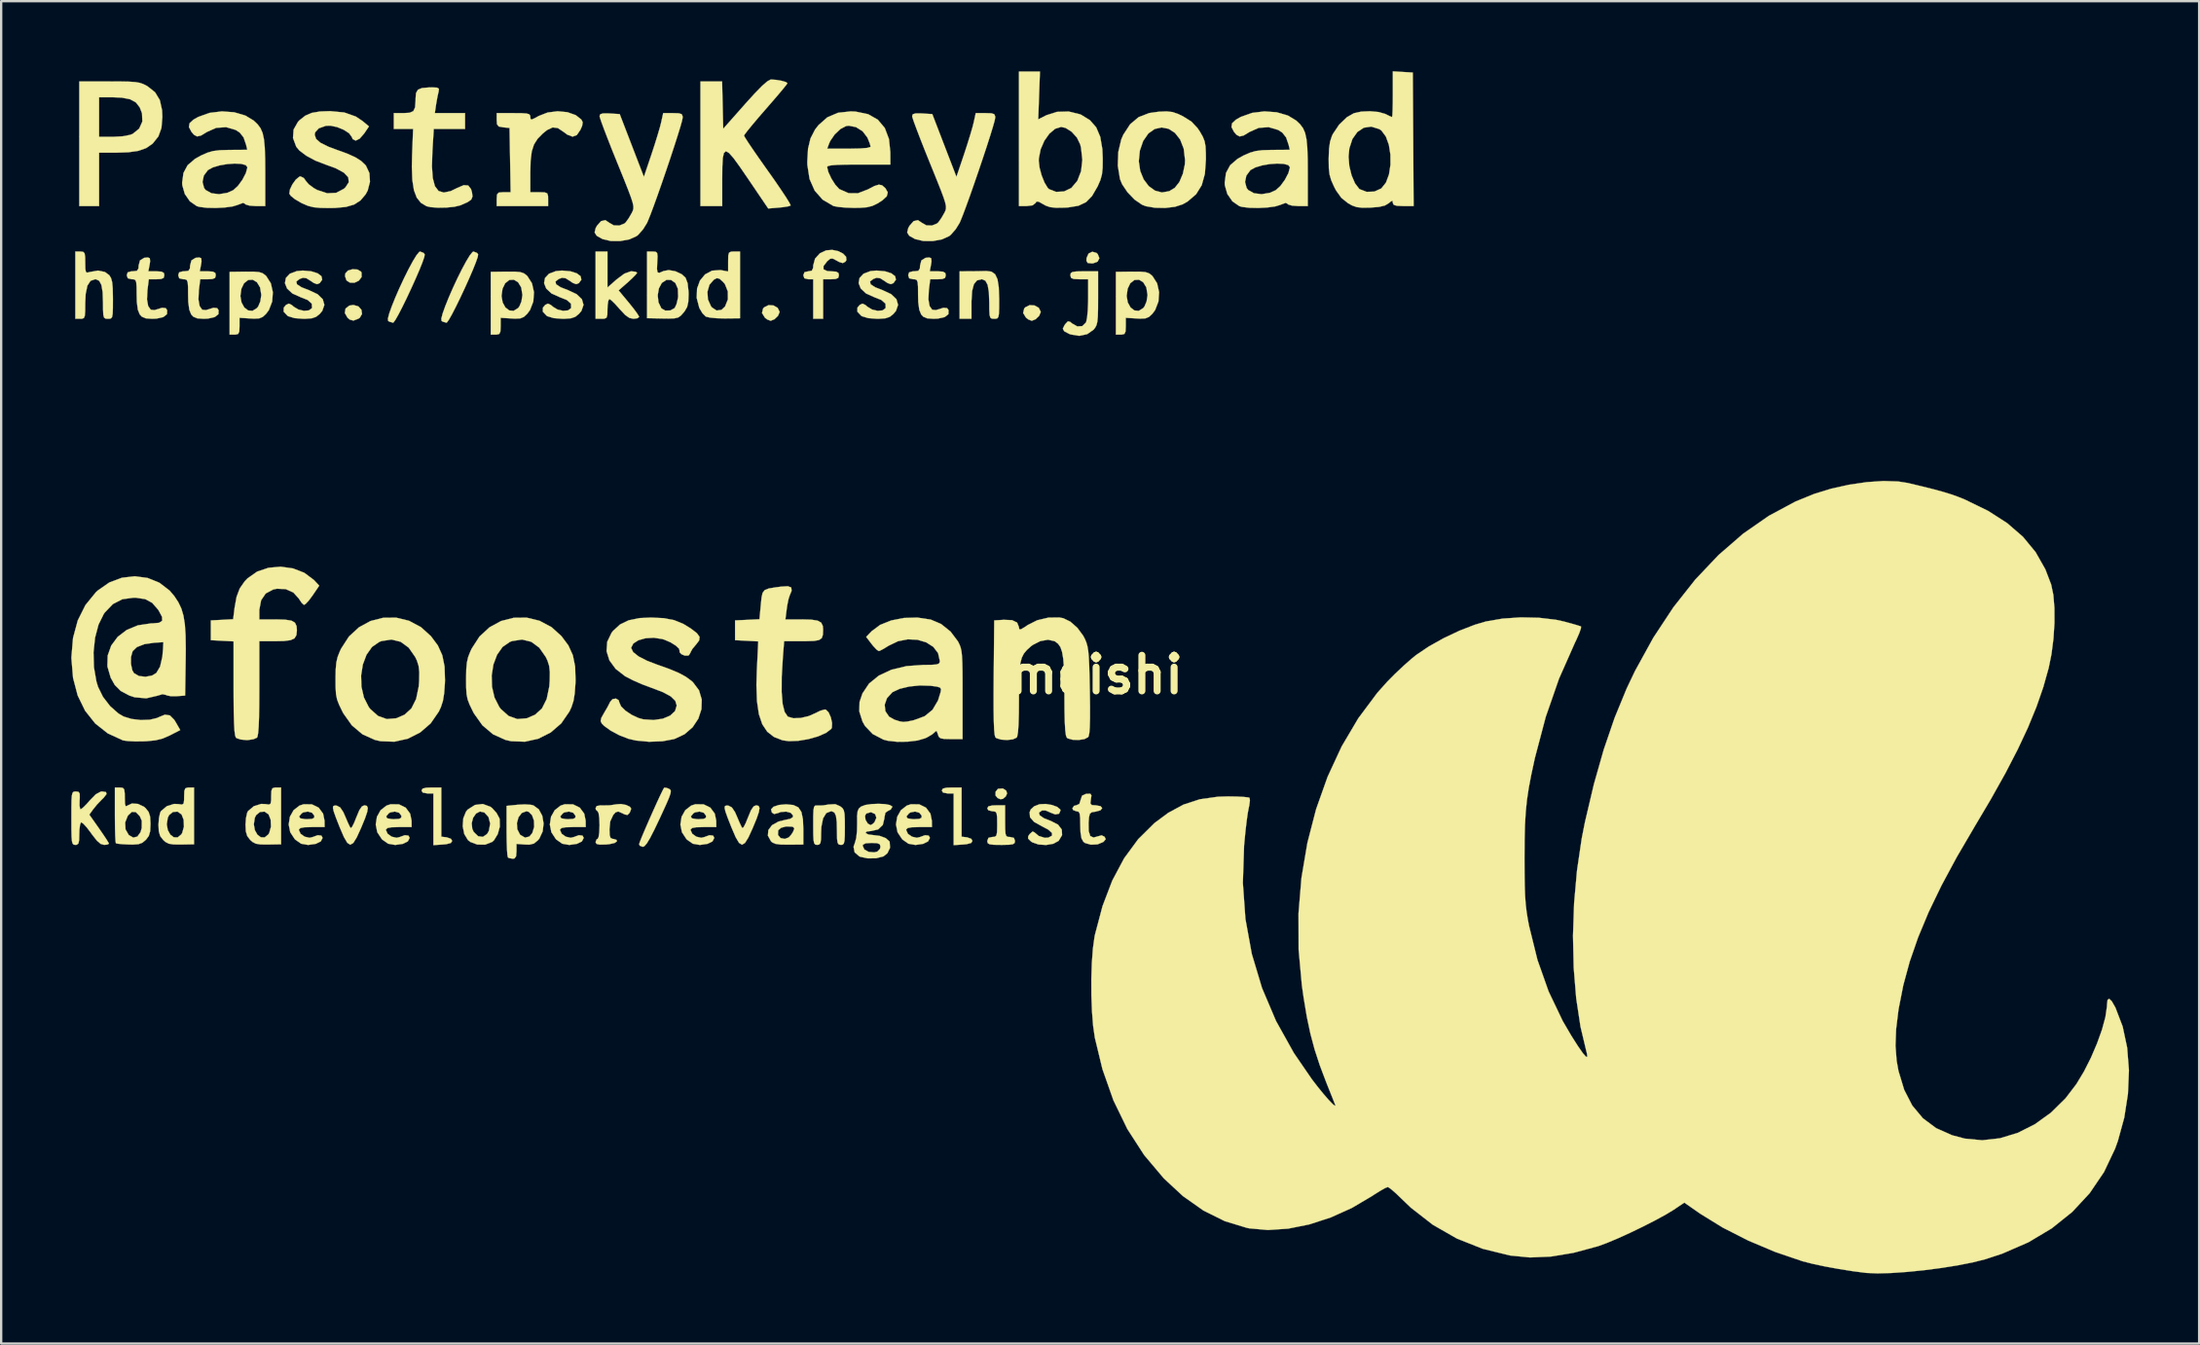
<source format=kicad_pcb>
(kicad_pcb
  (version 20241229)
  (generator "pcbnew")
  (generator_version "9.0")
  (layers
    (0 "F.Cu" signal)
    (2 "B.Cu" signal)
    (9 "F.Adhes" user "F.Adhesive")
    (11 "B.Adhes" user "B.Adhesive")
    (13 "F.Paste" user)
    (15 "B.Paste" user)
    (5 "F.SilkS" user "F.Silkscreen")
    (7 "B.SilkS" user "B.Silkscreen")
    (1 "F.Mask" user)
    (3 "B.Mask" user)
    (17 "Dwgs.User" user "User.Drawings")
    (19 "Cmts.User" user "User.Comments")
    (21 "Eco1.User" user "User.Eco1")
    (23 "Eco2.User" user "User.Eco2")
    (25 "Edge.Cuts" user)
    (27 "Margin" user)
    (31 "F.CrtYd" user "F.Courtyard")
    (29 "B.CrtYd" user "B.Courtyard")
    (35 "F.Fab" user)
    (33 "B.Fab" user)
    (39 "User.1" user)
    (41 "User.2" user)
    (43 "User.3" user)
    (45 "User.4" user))
  (footprint "meishi"
    (layer "F.Cu")
    (at 43.862 25.837)
    (property "Reference" "meishi" (at 0 0 0) (layer "F.SilkS") (effects (font (size 1.524 1.524) (thickness 0.3))))
    (attr through_hole)
    (fp_poly (pts (xy 0.016 -18.061) (xy 0.072 -18.006) (xy 0.14 -17.831) (xy 0.064 -17.687) (xy -0.13 -17.613) (xy -0.184 -17.611) (xy -0.359 -17.63) (xy -0.414 -17.72) (xy -0.408 -17.843) (xy -0.323 -18.032) (xy -0.162 -18.111) (xy 0.016 -18.061)) (stroke (width 0.01) (type solid)) (fill yes) (layer "F.SilkS"))
    (fp_poly (pts (xy -31.611 -17.348) (xy -31.46 -17.258) (xy -31.438 -17.218) (xy -31.436 -17.027) (xy -31.553 -16.874) (xy -31.737 -16.785) (xy -31.936 -16.787) (xy -32.082 -16.883) (xy -32.145 -17.062) (xy -32.132 -17.183) (xy -32.018 -17.306) (xy -31.821 -17.362) (xy -31.611 -17.348)) (stroke (width 0.01) (type solid)) (fill yes) (layer "F.SilkS"))
    (fp_poly (pts (xy -31.576 -15.773) (xy -31.445 -15.629) (xy -31.417 -15.449) (xy -31.512 -15.286) (xy -31.575 -15.243) (xy -31.785 -15.163) (xy -31.945 -15.206) (xy -32.04 -15.288) (xy -32.155 -15.49) (xy -32.123 -15.677) (xy -31.964 -15.803) (xy -31.792 -15.833) (xy -31.576 -15.773)) (stroke (width 0.01) (type solid)) (fill yes) (layer "F.SilkS"))
    (fp_poly (pts (xy -3.845 4.963) (xy -3.81 5.08) (xy -3.867 5.209) (xy -3.989 5.312) (xy -4.092 5.327) (xy -4.17 5.295) (xy -4.212 5.278) (xy -4.305 5.167) (xy -4.302 5.008) (xy -4.207 4.887) (xy -4.191 4.88) (xy -3.989 4.866) (xy -3.845 4.963)) (stroke (width 0.01) (type solid)) (fill yes) (layer "F.SilkS"))
    (fp_poly (pts (xy -13.808 -15.81) (xy -13.63 -15.71) (xy -13.547 -15.543) (xy -13.547 -15.525) (xy -13.613 -15.368) (xy -13.765 -15.221) (xy -13.927 -15.155) (xy -13.928 -15.155) (xy -14.076 -15.211) (xy -14.176 -15.288) (xy -14.299 -15.489) (xy -14.254 -15.677) (xy -14.207 -15.731) (xy -14.021 -15.824) (xy -13.808 -15.81)) (stroke (width 0.01) (type solid)) (fill yes) (layer "F.SilkS"))
    (fp_poly (pts (xy -2.632 -15.81) (xy -2.454 -15.71) (xy -2.371 -15.543) (xy -2.371 -15.525) (xy -2.437 -15.368) (xy -2.589 -15.221) (xy -2.751 -15.155) (xy -2.752 -15.155) (xy -2.9 -15.211) (xy -3 -15.288) (xy -3.123 -15.489) (xy -3.078 -15.677) (xy -3.031 -15.731) (xy -2.845 -15.824) (xy -2.632 -15.81)) (stroke (width 0.01) (type solid)) (fill yes) (layer "F.SilkS"))
    (fp_poly (pts (xy -28.025 6.931) (xy -27.792 6.958) (xy -27.613 7.02) (xy -27.559 7.112) (xy -27.616 7.2) (xy -27.805 7.25) (xy -27.961 7.265) (xy -28.363 7.291) (xy -28.363 5.08) (xy -28.617 5.08) (xy -28.819 5.042) (xy -28.871 4.953) (xy -28.826 4.873) (xy -28.669 4.834) (xy -28.448 4.826) (xy -28.025 4.826) (xy -28.025 6.931)) (stroke (width 0.01) (type solid)) (fill yes) (layer "F.SilkS"))
    (fp_poly (pts (xy -5.757 6.931) (xy -5.524 6.958) (xy -5.346 7.02) (xy -5.292 7.112) (xy -5.349 7.2) (xy -5.538 7.25) (xy -5.694 7.265) (xy -6.096 7.291) (xy -6.096 5.08) (xy -6.35 5.08) (xy -6.552 5.042) (xy -6.604 4.953) (xy -6.559 4.873) (xy -6.402 4.834) (xy -6.181 4.826) (xy -5.757 4.826) (xy -5.757 6.931)) (stroke (width 0.01) (type solid)) (fill yes) (layer "F.SilkS"))
    (fp_poly (pts (xy -28.78 -18.059) (xy -28.735 -17.997) (xy -28.753 -17.884) (xy -28.834 -17.652) (xy -28.962 -17.332) (xy -29.126 -16.952) (xy -29.311 -16.543) (xy -29.503 -16.133) (xy -29.689 -15.753) (xy -29.855 -15.43) (xy -29.988 -15.196) (xy -30.073 -15.08) (xy -30.089 -15.072) (xy -30.241 -15.115) (xy -30.299 -15.147) (xy -30.31 -15.247) (xy -30.253 -15.467) (xy -30.142 -15.779) (xy -29.991 -16.154) (xy -29.813 -16.562) (xy -29.62 -16.975) (xy -29.427 -17.363) (xy -29.246 -17.699) (xy -29.091 -17.954) (xy -28.975 -18.097) (xy -28.933 -18.119) (xy -28.78 -18.059)) (stroke (width 0.01) (type solid)) (fill yes) (layer "F.SilkS"))
    (fp_poly (pts (xy -26.494 -18.059) (xy -26.449 -17.997) (xy -26.467 -17.884) (xy -26.548 -17.652) (xy -26.676 -17.332) (xy -26.84 -16.952) (xy -27.025 -16.543) (xy -27.217 -16.133) (xy -27.403 -15.753) (xy -27.569 -15.43) (xy -27.702 -15.196) (xy -27.787 -15.08) (xy -27.803 -15.072) (xy -27.955 -15.115) (xy -28.013 -15.147) (xy -28.024 -15.247) (xy -27.967 -15.467) (xy -27.856 -15.779) (xy -27.705 -16.154) (xy -27.527 -16.562) (xy -27.334 -16.975) (xy -27.141 -17.363) (xy -26.96 -17.699) (xy -26.805 -17.954) (xy -26.689 -18.097) (xy -26.647 -18.119) (xy -26.494 -18.059)) (stroke (width 0.01) (type solid)) (fill yes) (layer "F.SilkS"))
    (fp_poly (pts (xy -18.399 4.837) (xy -18.29 4.876) (xy -18.229 4.913) (xy -18.202 4.972) (xy -18.214 5.077) (xy -18.274 5.252) (xy -18.388 5.519) (xy -18.564 5.904) (xy -18.682 6.16) (xy -18.914 6.646) (xy -19.092 6.992) (xy -19.227 7.216) (xy -19.329 7.335) (xy -19.401 7.366) (xy -19.532 7.315) (xy -19.558 7.251) (xy -19.525 7.148) (xy -19.436 6.925) (xy -19.305 6.617) (xy -19.148 6.255) (xy -18.98 5.875) (xy -18.815 5.509) (xy -18.668 5.192) (xy -18.555 4.957) (xy -18.49 4.838) (xy -18.487 4.834) (xy -18.399 4.837)) (stroke (width 0.01) (type solid)) (fill yes) (layer "F.SilkS"))
    (fp_poly (pts (xy -31.211 5.612) (xy -31.17 5.699) (xy -31.196 5.87) (xy -31.29 6.148) (xy -31.458 6.555) (xy -31.464 6.568) (xy -31.644 6.962) (xy -31.791 7.198) (xy -31.92 7.275) (xy -32.048 7.193) (xy -32.191 6.95) (xy -32.365 6.546) (xy -32.376 6.519) (xy -32.533 6.12) (xy -32.628 5.852) (xy -32.664 5.692) (xy -32.644 5.615) (xy -32.571 5.596) (xy -32.496 5.603) (xy -32.353 5.678) (xy -32.219 5.877) (xy -32.134 6.07) (xy -32.027 6.322) (xy -31.94 6.505) (xy -31.903 6.564) (xy -31.849 6.52) (xy -31.762 6.352) (xy -31.661 6.103) (xy -31.534 5.798) (xy -31.423 5.635) (xy -31.315 5.588) (xy -31.211 5.612)) (stroke (width 0.01) (type solid)) (fill yes) (layer "F.SilkS"))
    (fp_poly (pts (xy -14.447 5.612) (xy -14.406 5.699) (xy -14.432 5.87) (xy -14.526 6.148) (xy -14.694 6.555) (xy -14.7 6.568) (xy -14.88 6.962) (xy -15.027 7.198) (xy -15.156 7.275) (xy -15.284 7.193) (xy -15.427 6.95) (xy -15.601 6.546) (xy -15.612 6.519) (xy -15.769 6.12) (xy -15.864 5.852) (xy -15.9 5.692) (xy -15.88 5.615) (xy -15.807 5.596) (xy -15.732 5.603) (xy -15.589 5.678) (xy -15.455 5.877) (xy -15.37 6.07) (xy -15.263 6.322) (xy -15.176 6.505) (xy -15.139 6.564) (xy -15.085 6.52) (xy -14.998 6.352) (xy -14.897 6.103) (xy -14.77 5.798) (xy -14.659 5.635) (xy -14.551 5.588) (xy -14.447 5.612)) (stroke (width 0.01) (type solid)) (fill yes) (layer "F.SilkS"))
    (fp_poly (pts (xy -4.481 -17.259) (xy -4.322 -17.148) (xy -4.22 -16.931) (xy -4.166 -16.588) (xy -4.149 -16.1) (xy -4.149 -16.077) (xy -4.15 -15.696) (xy -4.159 -15.452) (xy -4.184 -15.316) (xy -4.233 -15.256) (xy -4.313 -15.24) (xy -4.36 -15.24) (xy -4.465 -15.247) (xy -4.528 -15.291) (xy -4.559 -15.407) (xy -4.571 -15.629) (xy -4.572 -15.923) (xy -4.589 -16.383) (xy -4.642 -16.693) (xy -4.739 -16.871) (xy -4.883 -16.933) (xy -4.901 -16.933) (xy -5.097 -16.883) (xy -5.23 -16.722) (xy -5.306 -16.432) (xy -5.334 -15.996) (xy -5.334 -15.932) (xy -5.334 -15.24) (xy -5.842 -15.24) (xy -5.842 -17.272) (xy -5.397 -17.274) (xy -5.086 -17.277) (xy -4.804 -17.283) (xy -4.705 -17.286) (xy -4.481 -17.259)) (stroke (width 0.01) (type solid)) (fill yes) (layer "F.SilkS"))
    (fp_poly (pts (xy -20.913 -16.58) (xy -20.52 -16.926) (xy -20.188 -17.173) (xy -19.921 -17.27) (xy -19.885 -17.272) (xy -19.712 -17.254) (xy -19.643 -17.213) (xy -19.701 -17.131) (xy -19.855 -16.975) (xy -20.039 -16.805) (xy -20.436 -16.456) (xy -19.997 -15.928) (xy -19.793 -15.673) (xy -19.639 -15.464) (xy -19.562 -15.336) (xy -19.558 -15.32) (xy -19.631 -15.263) (xy -19.799 -15.24) (xy -19.972 -15.276) (xy -20.153 -15.402) (xy -20.381 -15.645) (xy -20.396 -15.663) (xy -20.591 -15.88) (xy -20.749 -16.033) (xy -20.833 -16.087) (xy -20.878 -16.011) (xy -20.907 -15.816) (xy -20.913 -15.663) (xy -20.918 -15.413) (xy -20.952 -15.288) (xy -21.041 -15.245) (xy -21.167 -15.24) (xy -21.421 -15.24) (xy -21.421 -18.119) (xy -20.913 -18.119) (xy -20.913 -16.58)) (stroke (width 0.01) (type solid)) (fill yes) (layer "F.SilkS"))
    (fp_poly (pts (xy -25.93 5.647) (xy -25.846 5.709) (xy -25.659 5.917) (xy -25.537 6.144) (xy -25.527 6.183) (xy -25.52 6.496) (xy -25.608 6.819) (xy -25.767 7.08) (xy -25.849 7.154) (xy -26.144 7.27) (xy -26.479 7.269) (xy -26.783 7.155) (xy -26.886 7.074) (xy -27.042 6.815) (xy -27.108 6.484) (xy -27.098 6.35) (xy -26.724 6.35) (xy -26.7 6.594) (xy -26.637 6.728) (xy -26.447 6.911) (xy -26.243 6.938) (xy -26.064 6.812) (xy -25.989 6.681) (xy -25.932 6.37) (xy -26.006 6.086) (xy -26.183 5.894) (xy -26.371 5.852) (xy -26.538 5.94) (xy -26.663 6.119) (xy -26.724 6.35) (xy -27.098 6.35) (xy -27.083 6.143) (xy -26.967 5.856) (xy -26.894 5.769) (xy -26.581 5.571) (xy -26.249 5.53) (xy -25.93 5.647)) (stroke (width 0.01) (type solid)) (fill yes) (layer "F.SilkS"))
    (fp_poly (pts (xy -3.895 6.265) (xy -3.892 6.601) (xy -3.878 6.802) (xy -3.842 6.903) (xy -3.772 6.939) (xy -3.683 6.943) (xy -3.517 6.982) (xy -3.471 7.112) (xy -3.487 7.201) (xy -3.559 7.252) (xy -3.724 7.275) (xy -4.017 7.281) (xy -4.064 7.281) (xy -4.375 7.277) (xy -4.554 7.256) (xy -4.636 7.209) (xy -4.657 7.125) (xy -4.657 7.112) (xy -4.607 6.979) (xy -4.445 6.943) (xy -4.331 6.933) (xy -4.268 6.879) (xy -4.24 6.741) (xy -4.233 6.482) (xy -4.233 6.392) (xy -4.237 6.096) (xy -4.258 5.932) (xy -4.311 5.86) (xy -4.41 5.842) (xy -4.445 5.842) (xy -4.615 5.798) (xy -4.657 5.715) (xy -4.607 5.631) (xy -4.437 5.593) (xy -4.276 5.588) (xy -3.895 5.588) (xy -3.895 6.265)) (stroke (width 0.01) (type solid)) (fill yes) (layer "F.SilkS"))
    (fp_poly (pts (xy -11.039 -18.137) (xy -10.831 -18.032) (xy -10.701 -17.896) (xy -10.687 -17.751) (xy -10.734 -17.68) (xy -10.841 -17.625) (xy -10.995 -17.671) (xy -11.089 -17.723) (xy -11.265 -17.816) (xy -11.376 -17.813) (xy -11.498 -17.712) (xy -11.512 -17.698) (xy -11.667 -17.496) (xy -11.666 -17.357) (xy -11.509 -17.284) (xy -11.345 -17.272) (xy -11.124 -17.258) (xy -11.026 -17.2) (xy -11.007 -17.103) (xy -11.035 -16.992) (xy -11.15 -16.943) (xy -11.345 -16.933) (xy -11.684 -16.933) (xy -11.684 -15.24) (xy -12.107 -15.24) (xy -12.107 -16.933) (xy -12.319 -16.933) (xy -12.485 -16.973) (xy -12.531 -17.103) (xy -12.481 -17.235) (xy -12.319 -17.272) (xy -12.168 -17.299) (xy -12.112 -17.416) (xy -12.107 -17.526) (xy -12.029 -17.815) (xy -11.819 -18.046) (xy -11.553 -18.169) (xy -11.292 -18.19) (xy -11.039 -18.137)) (stroke (width 0.01) (type solid)) (fill yes) (layer "F.SilkS"))
    (fp_poly (pts (xy 0.085 -16.134) (xy 0.083 -15.67) (xy 0.074 -15.342) (xy 0.054 -15.12) (xy 0.018 -14.971) (xy -0.039 -14.861) (xy -0.106 -14.776) (xy -0.38 -14.582) (xy -0.726 -14.51) (xy -1.093 -14.571) (xy -1.164 -14.6) (xy -1.367 -14.709) (xy -1.424 -14.816) (xy -1.352 -14.966) (xy -1.311 -15.022) (xy -1.207 -15.132) (xy -1.112 -15.111) (xy -1.032 -15.043) (xy -0.804 -14.914) (xy -0.592 -14.927) (xy -0.439 -15.078) (xy -0.421 -15.119) (xy -0.385 -15.298) (xy -0.356 -15.596) (xy -0.341 -15.959) (xy -0.339 -16.135) (xy -0.339 -16.933) (xy -0.72 -16.933) (xy -0.958 -16.944) (xy -1.07 -16.99) (xy -1.101 -17.091) (xy -1.101 -17.103) (xy -1.085 -17.192) (xy -1.013 -17.243) (xy -0.848 -17.266) (xy -0.555 -17.272) (xy -0.508 -17.272) (xy 0.085 -17.272) (xy 0.085 -16.134)) (stroke (width 0.01) (type solid)) (fill yes) (layer "F.SilkS"))
    (fp_poly (pts (xy -41.737 -25.398) (xy -41.376 -25.391) (xy -41.118 -25.373) (xy -40.932 -25.341) (xy -40.784 -25.291) (xy -40.641 -25.218) (xy -40.595 -25.191) (xy -40.274 -24.936) (xy -40.072 -24.603) (xy -39.975 -24.166) (xy -39.963 -23.88) (xy -40.002 -23.409) (xy -40.133 -23.047) (xy -40.37 -22.75) (xy -40.399 -22.724) (xy -40.657 -22.547) (xy -40.985 -22.431) (xy -41.415 -22.369) (xy -41.923 -22.352) (xy -42.672 -22.352) (xy -42.672 -20.066) (xy -43.519 -20.066) (xy -43.519 -24.723) (xy -42.672 -24.723) (xy -42.672 -23.029) (xy -42.075 -23.029) (xy -41.663 -23.052) (xy -41.341 -23.114) (xy -41.231 -23.157) (xy -40.954 -23.383) (xy -40.82 -23.684) (xy -40.834 -24.036) (xy -40.93 -24.287) (xy -41.094 -24.501) (xy -41.342 -24.637) (xy -41.702 -24.707) (xy -42.083 -24.723) (xy -42.672 -24.723) (xy -43.519 -24.723) (xy -43.519 -25.4) (xy -42.235 -25.4) (xy -41.737 -25.398)) (stroke (width 0.01) (type solid)) (fill yes) (layer "F.SilkS"))
    (fp_poly (pts (xy -38.608 7.256) (xy -39.165 7.266) (xy -39.483 7.263) (xy -39.687 7.23) (xy -39.833 7.155) (xy -39.927 7.071) (xy -40.056 6.904) (xy -40.116 6.701) (xy -40.129 6.417) (xy -40.128 6.401) (xy -39.775 6.401) (xy -39.73 6.65) (xy -39.621 6.844) (xy -39.473 6.956) (xy -39.309 6.961) (xy -39.154 6.834) (xy -39.114 6.769) (xy -39.04 6.503) (xy -39.052 6.206) (xy -39.142 5.977) (xy -39.314 5.857) (xy -39.51 5.872) (xy -39.677 6.009) (xy -39.731 6.121) (xy -39.775 6.401) (xy -40.128 6.401) (xy -40.109 6.136) (xy -40.06 5.911) (xy -40.023 5.835) (xy -39.771 5.624) (xy -39.459 5.527) (xy -39.275 5.535) (xy -39.125 5.556) (xy -39.054 5.512) (xy -39.033 5.363) (xy -39.031 5.205) (xy -39.022 4.971) (xy -38.979 4.86) (xy -38.875 4.827) (xy -38.82 4.826) (xy -38.608 4.826) (xy -38.608 7.256)) (stroke (width 0.01) (type solid)) (fill yes) (layer "F.SilkS"))
    (fp_poly (pts (xy -34.883 7.256) (xy -35.44 7.266) (xy -35.758 7.263) (xy -35.962 7.23) (xy -36.107 7.155) (xy -36.202 7.071) (xy -36.33 6.904) (xy -36.391 6.701) (xy -36.404 6.417) (xy -36.403 6.401) (xy -36.049 6.401) (xy -36.005 6.65) (xy -35.896 6.844) (xy -35.748 6.956) (xy -35.584 6.961) (xy -35.428 6.834) (xy -35.388 6.769) (xy -35.315 6.503) (xy -35.327 6.206) (xy -35.417 5.977) (xy -35.588 5.857) (xy -35.785 5.872) (xy -35.951 6.009) (xy -36.006 6.121) (xy -36.049 6.401) (xy -36.403 6.401) (xy -36.384 6.136) (xy -36.335 5.911) (xy -36.298 5.835) (xy -36.046 5.624) (xy -35.733 5.527) (xy -35.55 5.535) (xy -35.4 5.556) (xy -35.329 5.512) (xy -35.307 5.363) (xy -35.306 5.205) (xy -35.297 4.971) (xy -35.254 4.86) (xy -35.15 4.827) (xy -35.094 4.826) (xy -34.883 4.826) (xy -34.883 7.256)) (stroke (width 0.01) (type solid)) (fill yes) (layer "F.SilkS"))
    (fp_poly (pts (xy -15.24 -15.262) (xy -15.896 -15.255) (xy -16.232 -15.263) (xy -16.517 -15.29) (xy -16.694 -15.33) (xy -16.708 -15.337) (xy -16.846 -15.474) (xy -16.973 -15.688) (xy -16.984 -15.712) (xy -17.094 -16.135) (xy -17.084 -16.396) (xy -16.635 -16.396) (xy -16.614 -16.072) (xy -16.483 -15.777) (xy -16.443 -15.727) (xy -16.242 -15.594) (xy -16.033 -15.623) (xy -15.88 -15.767) (xy -15.759 -16.071) (xy -15.762 -16.412) (xy -15.884 -16.72) (xy -15.964 -16.818) (xy -16.119 -16.955) (xy -16.232 -16.98) (xy -16.362 -16.912) (xy -16.549 -16.695) (xy -16.635 -16.396) (xy -17.084 -16.396) (xy -17.079 -16.532) (xy -16.954 -16.876) (xy -16.735 -17.141) (xy -16.438 -17.3) (xy -16.079 -17.325) (xy -16.024 -17.316) (xy -15.748 -17.264) (xy -15.748 -17.691) (xy -15.743 -17.944) (xy -15.709 -18.07) (xy -15.622 -18.114) (xy -15.494 -18.119) (xy -15.24 -18.119) (xy -15.24 -15.262)) (stroke (width 0.01) (type solid)) (fill yes) (layer "F.SilkS"))
    (fp_poly (pts (xy -36.05 -17.258) (xy -35.823 -17.239) (xy -35.672 -17.19) (xy -35.553 -17.102) (xy -35.517 -17.068) (xy -35.32 -16.759) (xy -35.235 -16.379) (xy -35.263 -15.979) (xy -35.404 -15.614) (xy -35.523 -15.454) (xy -35.668 -15.32) (xy -35.819 -15.257) (xy -36.042 -15.246) (xy -36.198 -15.254) (xy -36.661 -15.282) (xy -36.661 -14.922) (xy -36.671 -14.696) (xy -36.719 -14.592) (xy -36.833 -14.563) (xy -36.872 -14.563) (xy -37.084 -14.563) (xy -37.084 -16.214) (xy -36.624 -16.214) (xy -36.575 -15.939) (xy -36.457 -15.725) (xy -36.292 -15.598) (xy -36.105 -15.58) (xy -35.917 -15.697) (xy -35.861 -15.767) (xy -35.771 -15.981) (xy -35.73 -16.247) (xy -35.729 -16.265) (xy -35.781 -16.584) (xy -35.914 -16.803) (xy -36.095 -16.912) (xy -36.291 -16.901) (xy -36.468 -16.76) (xy -36.581 -16.526) (xy -36.624 -16.214) (xy -37.084 -16.214) (xy -37.084 -17.25) (xy -36.401 -17.259) (xy -36.05 -17.258)) (stroke (width 0.01) (type solid)) (fill yes) (layer "F.SilkS"))
    (fp_poly (pts (xy -24.874 -17.258) (xy -24.647 -17.239) (xy -24.496 -17.19) (xy -24.377 -17.102) (xy -24.341 -17.068) (xy -24.144 -16.759) (xy -24.059 -16.379) (xy -24.087 -15.979) (xy -24.228 -15.614) (xy -24.347 -15.454) (xy -24.492 -15.32) (xy -24.643 -15.257) (xy -24.866 -15.246) (xy -25.022 -15.254) (xy -25.485 -15.282) (xy -25.485 -14.922) (xy -25.495 -14.696) (xy -25.543 -14.592) (xy -25.657 -14.563) (xy -25.696 -14.563) (xy -25.908 -14.563) (xy -25.908 -16.214) (xy -25.448 -16.214) (xy -25.399 -15.939) (xy -25.281 -15.725) (xy -25.116 -15.598) (xy -24.929 -15.58) (xy -24.741 -15.697) (xy -24.685 -15.767) (xy -24.595 -15.981) (xy -24.554 -16.247) (xy -24.553 -16.265) (xy -24.605 -16.584) (xy -24.738 -16.803) (xy -24.919 -16.912) (xy -25.115 -16.901) (xy -25.292 -16.76) (xy -25.405 -16.526) (xy -25.448 -16.214) (xy -25.908 -16.214) (xy -25.908 -17.25) (xy -25.225 -17.259) (xy -24.874 -17.258)) (stroke (width 0.01) (type solid)) (fill yes) (layer "F.SilkS"))
    (fp_poly (pts (xy 1.881 -17.258) (xy 2.108 -17.239) (xy 2.259 -17.19) (xy 2.378 -17.102) (xy 2.413 -17.068) (xy 2.611 -16.759) (xy 2.696 -16.379) (xy 2.668 -15.979) (xy 2.527 -15.614) (xy 2.408 -15.454) (xy 2.263 -15.32) (xy 2.111 -15.257) (xy 1.889 -15.246) (xy 1.732 -15.254) (xy 1.27 -15.282) (xy 1.27 -14.922) (xy 1.26 -14.696) (xy 1.212 -14.592) (xy 1.098 -14.563) (xy 1.058 -14.563) (xy 0.847 -14.563) (xy 0.847 -16.214) (xy 1.307 -16.214) (xy 1.356 -15.939) (xy 1.474 -15.725) (xy 1.639 -15.598) (xy 1.826 -15.58) (xy 2.013 -15.697) (xy 2.07 -15.767) (xy 2.16 -15.981) (xy 2.201 -16.247) (xy 2.201 -16.265) (xy 2.15 -16.584) (xy 2.017 -16.803) (xy 1.836 -16.912) (xy 1.64 -16.901) (xy 1.462 -16.76) (xy 1.35 -16.526) (xy 1.307 -16.214) (xy 0.847 -16.214) (xy 0.847 -17.25) (xy 1.53 -17.259) (xy 1.881 -17.258)) (stroke (width 0.01) (type solid)) (fill yes) (layer "F.SilkS"))
    (fp_poly (pts (xy -24.193 5.565) (xy -24.083 5.59) (xy -23.852 5.76) (xy -23.704 6.034) (xy -23.647 6.365) (xy -23.686 6.705) (xy -23.827 7.008) (xy -23.89 7.085) (xy -24.059 7.224) (xy -24.256 7.272) (xy -24.448 7.266) (xy -24.807 7.238) (xy -24.807 7.556) (xy -24.825 7.772) (xy -24.892 7.862) (xy -24.963 7.874) (xy -25.124 7.846) (xy -25.174 7.818) (xy -25.196 7.716) (xy -25.213 7.479) (xy -25.225 7.141) (xy -25.231 6.736) (xy -25.231 6.686) (xy -25.231 6.35) (xy -24.789 6.35) (xy -24.773 6.611) (xy -24.659 6.836) (xy -24.64 6.856) (xy -24.439 6.971) (xy -24.251 6.922) (xy -24.128 6.769) (xy -24.05 6.511) (xy -24.059 6.241) (xy -24.141 6.01) (xy -24.283 5.866) (xy -24.382 5.842) (xy -24.581 5.915) (xy -24.721 6.101) (xy -24.789 6.35) (xy -25.231 6.35) (xy -25.231 5.612) (xy -24.757 5.563) (xy -24.454 5.548) (xy -24.193 5.565)) (stroke (width 0.01) (type solid)) (fill yes) (layer "F.SilkS"))
    (fp_poly (pts (xy -43.356 -18.107) (xy -43.292 -18.044) (xy -43.268 -17.888) (xy -43.265 -17.647) (xy -43.26 -17.381) (xy -43.237 -17.249) (xy -43.177 -17.215) (xy -43.074 -17.242) (xy -42.726 -17.304) (xy -42.422 -17.245) (xy -42.233 -17.105) (xy -42.159 -16.981) (xy -42.112 -16.809) (xy -42.088 -16.55) (xy -42.08 -16.166) (xy -42.079 -16.077) (xy -42.081 -15.696) (xy -42.09 -15.452) (xy -42.115 -15.316) (xy -42.163 -15.256) (xy -42.243 -15.24) (xy -42.291 -15.24) (xy -42.396 -15.247) (xy -42.458 -15.291) (xy -42.49 -15.407) (xy -42.501 -15.629) (xy -42.503 -15.923) (xy -42.519 -16.38) (xy -42.572 -16.689) (xy -42.667 -16.867) (xy -42.811 -16.932) (xy -42.84 -16.933) (xy -43.037 -16.866) (xy -43.172 -16.658) (xy -43.246 -16.303) (xy -43.265 -15.898) (xy -43.267 -15.568) (xy -43.282 -15.372) (xy -43.32 -15.276) (xy -43.393 -15.243) (xy -43.476 -15.24) (xy -43.688 -15.24) (xy -43.688 -18.119) (xy -43.476 -18.119) (xy -43.356 -18.107)) (stroke (width 0.01) (type solid)) (fill yes) (layer "F.SilkS"))
    (fp_poly (pts (xy -33.56 5.547) (xy -33.273 5.688) (xy -33.084 5.943) (xy -33.023 6.244) (xy -33.02 6.519) (xy -33.57 6.519) (xy -33.88 6.528) (xy -34.052 6.559) (xy -34.117 6.619) (xy -34.121 6.644) (xy -34.047 6.807) (xy -33.873 6.93) (xy -33.665 6.978) (xy -33.539 6.949) (xy -33.313 6.867) (xy -33.156 6.885) (xy -33.105 6.982) (xy -33.182 7.131) (xy -33.393 7.236) (xy -33.701 7.281) (xy -33.741 7.281) (xy -34.023 7.232) (xy -34.271 7.059) (xy -34.297 7.034) (xy -34.49 6.74) (xy -34.556 6.409) (xy -34.505 6.081) (xy -34.495 6.063) (xy -34.11 6.063) (xy -34.064 6.145) (xy -33.858 6.179) (xy -33.776 6.181) (xy -33.555 6.168) (xy -33.463 6.117) (xy -33.459 6.032) (xy -33.556 5.906) (xy -33.739 5.854) (xy -33.935 5.891) (xy -33.998 5.931) (xy -34.11 6.063) (xy -34.495 6.063) (xy -34.348 5.797) (xy -34.094 5.599) (xy -33.914 5.541) (xy -33.56 5.547)) (stroke (width 0.01) (type solid)) (fill yes) (layer "F.SilkS"))
    (fp_poly (pts (xy -29.835 5.547) (xy -29.548 5.688) (xy -29.359 5.943) (xy -29.297 6.244) (xy -29.295 6.519) (xy -29.845 6.519) (xy -30.155 6.528) (xy -30.327 6.559) (xy -30.392 6.619) (xy -30.395 6.644) (xy -30.322 6.807) (xy -30.148 6.93) (xy -29.94 6.978) (xy -29.814 6.949) (xy -29.588 6.867) (xy -29.431 6.885) (xy -29.379 6.982) (xy -29.457 7.131) (xy -29.667 7.236) (xy -29.975 7.281) (xy -30.015 7.281) (xy -30.298 7.232) (xy -30.546 7.059) (xy -30.571 7.034) (xy -30.765 6.74) (xy -30.831 6.409) (xy -30.78 6.081) (xy -30.77 6.063) (xy -30.385 6.063) (xy -30.339 6.145) (xy -30.132 6.179) (xy -30.05 6.181) (xy -29.829 6.168) (xy -29.738 6.117) (xy -29.734 6.032) (xy -29.831 5.906) (xy -30.014 5.854) (xy -30.21 5.891) (xy -30.273 5.931) (xy -30.385 6.063) (xy -30.77 6.063) (xy -30.623 5.797) (xy -30.369 5.599) (xy -30.189 5.541) (xy -29.835 5.547)) (stroke (width 0.01) (type solid)) (fill yes) (layer "F.SilkS"))
    (fp_poly (pts (xy -22.384 5.547) (xy -22.097 5.688) (xy -21.908 5.943) (xy -21.847 6.244) (xy -21.844 6.519) (xy -22.394 6.519) (xy -22.704 6.528) (xy -22.876 6.559) (xy -22.941 6.619) (xy -22.945 6.644) (xy -22.871 6.807) (xy -22.697 6.93) (xy -22.489 6.978) (xy -22.363 6.949) (xy -22.137 6.867) (xy -21.98 6.885) (xy -21.929 6.982) (xy -22.006 7.131) (xy -22.217 7.236) (xy -22.525 7.281) (xy -22.565 7.281) (xy -22.847 7.232) (xy -23.095 7.059) (xy -23.121 7.034) (xy -23.314 6.74) (xy -23.38 6.409) (xy -23.329 6.081) (xy -23.319 6.063) (xy -22.934 6.063) (xy -22.888 6.145) (xy -22.682 6.179) (xy -22.6 6.181) (xy -22.379 6.168) (xy -22.287 6.117) (xy -22.283 6.032) (xy -22.38 5.906) (xy -22.563 5.854) (xy -22.759 5.891) (xy -22.822 5.931) (xy -22.934 6.063) (xy -23.319 6.063) (xy -23.172 5.797) (xy -22.918 5.599) (xy -22.738 5.541) (xy -22.384 5.547)) (stroke (width 0.01) (type solid)) (fill yes) (layer "F.SilkS"))
    (fp_poly (pts (xy -16.796 5.547) (xy -16.509 5.688) (xy -16.32 5.943) (xy -16.259 6.244) (xy -16.256 6.519) (xy -16.806 6.519) (xy -17.116 6.528) (xy -17.288 6.559) (xy -17.353 6.619) (xy -17.357 6.644) (xy -17.283 6.807) (xy -17.109 6.93) (xy -16.901 6.978) (xy -16.775 6.949) (xy -16.549 6.867) (xy -16.392 6.885) (xy -16.341 6.982) (xy -16.418 7.131) (xy -16.629 7.236) (xy -16.937 7.281) (xy -16.977 7.281) (xy -17.259 7.232) (xy -17.507 7.059) (xy -17.533 7.034) (xy -17.726 6.74) (xy -17.792 6.409) (xy -17.741 6.081) (xy -17.731 6.063) (xy -17.346 6.063) (xy -17.3 6.145) (xy -17.094 6.179) (xy -17.012 6.181) (xy -16.791 6.168) (xy -16.699 6.117) (xy -16.695 6.032) (xy -16.792 5.906) (xy -16.975 5.854) (xy -17.171 5.891) (xy -17.234 5.931) (xy -17.346 6.063) (xy -17.731 6.063) (xy -17.584 5.797) (xy -17.33 5.599) (xy -17.15 5.541) (xy -16.796 5.547)) (stroke (width 0.01) (type solid)) (fill yes) (layer "F.SilkS"))
    (fp_poly (pts (xy -10.961 5.625) (xy -10.861 5.701) (xy -10.8 5.798) (xy -10.767 5.953) (xy -10.755 6.207) (xy -10.753 6.521) (xy -10.756 6.883) (xy -10.769 7.107) (xy -10.8 7.227) (xy -10.856 7.274) (xy -10.922 7.281) (xy -11.011 7.265) (xy -11.062 7.192) (xy -11.086 7.027) (xy -11.091 6.731) (xy -11.091 6.696) (xy -11.1 6.298) (xy -11.133 6.041) (xy -11.198 5.899) (xy -11.303 5.845) (xy -11.35 5.842) (xy -11.548 5.92) (xy -11.686 6.147) (xy -11.759 6.511) (xy -11.769 6.75) (xy -11.774 7.041) (xy -11.799 7.202) (xy -11.856 7.269) (xy -11.938 7.281) (xy -12.015 7.27) (xy -12.064 7.215) (xy -12.092 7.086) (xy -12.104 6.852) (xy -12.107 6.484) (xy -12.107 6.429) (xy -12.106 6.043) (xy -12.096 5.797) (xy -12.073 5.66) (xy -12.027 5.602) (xy -11.953 5.594) (xy -11.917 5.597) (xy -11.698 5.593) (xy -11.448 5.553) (xy -11.163 5.538) (xy -10.961 5.625)) (stroke (width 0.01) (type solid)) (fill yes) (layer "F.SilkS"))
    (fp_poly (pts (xy -7.567 5.547) (xy -7.28 5.688) (xy -7.091 5.943) (xy -7.03 6.244) (xy -7.027 6.519) (xy -7.578 6.519) (xy -7.888 6.528) (xy -8.06 6.559) (xy -8.125 6.619) (xy -8.128 6.644) (xy -8.055 6.807) (xy -7.88 6.93) (xy -7.673 6.978) (xy -7.547 6.949) (xy -7.321 6.867) (xy -7.163 6.885) (xy -7.112 6.982) (xy -7.19 7.131) (xy -7.4 7.236) (xy -7.708 7.281) (xy -7.748 7.281) (xy -8.03 7.232) (xy -8.278 7.059) (xy -8.304 7.034) (xy -8.498 6.74) (xy -8.564 6.409) (xy -8.513 6.081) (xy -8.503 6.063) (xy -8.118 6.063) (xy -8.072 6.145) (xy -7.865 6.179) (xy -7.783 6.181) (xy -7.562 6.168) (xy -7.471 6.117) (xy -7.466 6.032) (xy -7.564 5.906) (xy -7.747 5.854) (xy -7.943 5.891) (xy -8.006 5.931) (xy -8.118 6.063) (xy -8.503 6.063) (xy -8.355 5.797) (xy -8.101 5.599) (xy -7.922 5.541) (xy -7.567 5.547)) (stroke (width 0.01) (type solid)) (fill yes) (layer "F.SilkS"))
    (fp_poly (pts (xy -1.888 5.573) (xy -1.664 5.656) (xy -1.536 5.764) (xy -1.524 5.809) (xy -1.586 5.946) (xy -1.745 5.978) (xy -1.955 5.899) (xy -1.971 5.889) (xy -2.166 5.807) (xy -2.316 5.807) (xy -2.445 5.901) (xy -2.414 6.015) (xy -2.233 6.14) (xy -1.926 6.261) (xy -1.629 6.415) (xy -1.469 6.624) (xy -1.456 6.863) (xy -1.6 7.104) (xy -1.609 7.112) (xy -1.831 7.233) (xy -2.138 7.285) (xy -2.462 7.265) (xy -2.732 7.172) (xy -2.788 7.133) (xy -2.911 7.013) (xy -2.905 6.909) (xy -2.842 6.816) (xy -2.718 6.708) (xy -2.647 6.739) (xy -2.454 6.899) (xy -2.199 6.979) (xy -2.046 6.971) (xy -1.888 6.888) (xy -1.889 6.772) (xy -2.044 6.63) (xy -2.32 6.484) (xy -2.656 6.297) (xy -2.828 6.099) (xy -2.845 5.881) (xy -2.798 5.764) (xy -2.653 5.631) (xy -2.426 5.543) (xy -2.417 5.541) (xy -2.157 5.529) (xy -1.888 5.573)) (stroke (width 0.01) (type solid)) (fill yes) (layer "F.SilkS"))
    (fp_poly (pts (xy -0.2 5.163) (xy -0.223 5.328) (xy -0.245 5.508) (xy -0.181 5.577) (xy -0.011 5.588) (xy 0.196 5.626) (xy 0.26 5.711) (xy 0.183 5.803) (xy -0.021 5.858) (xy -0.181 5.882) (xy -0.266 5.946) (xy -0.304 6.092) (xy -0.322 6.336) (xy -0.317 6.694) (xy -0.249 6.902) (xy -0.111 6.967) (xy 0.051 6.923) (xy 0.237 6.872) (xy 0.362 6.934) (xy 0.412 7.036) (xy 0.322 7.144) (xy 0.301 7.16) (xy 0.063 7.258) (xy -0.218 7.273) (xy -0.466 7.205) (xy -0.544 7.148) (xy -0.626 6.999) (xy -0.668 6.736) (xy -0.677 6.429) (xy -0.682 6.119) (xy -0.703 5.942) (xy -0.751 5.862) (xy -0.836 5.842) (xy -0.847 5.842) (xy -0.985 5.789) (xy -1.016 5.715) (xy -0.946 5.611) (xy -0.852 5.588) (xy -0.717 5.528) (xy -0.662 5.355) (xy -0.601 5.174) (xy -0.441 5.101) (xy -0.403 5.096) (xy -0.246 5.092) (xy -0.2 5.163)) (stroke (width 0.01) (type solid)) (fill yes) (layer "F.SilkS"))
    (fp_poly (pts (xy -20.117 5.572) (xy -19.951 5.651) (xy -19.898 5.734) (xy -19.94 5.856) (xy -19.977 5.923) (xy -20.054 5.999) (xy -20.169 5.98) (xy -20.281 5.925) (xy -20.452 5.852) (xy -20.566 5.889) (xy -20.668 6.002) (xy -20.795 6.277) (xy -20.828 6.613) (xy -20.819 6.863) (xy -20.78 6.986) (xy -20.694 7.026) (xy -20.652 7.027) (xy -20.523 7.068) (xy -20.51 7.133) (xy -20.612 7.202) (xy -20.837 7.251) (xy -20.983 7.265) (xy -21.248 7.27) (xy -21.381 7.24) (xy -21.421 7.166) (xy -21.421 7.159) (xy -21.376 7.043) (xy -21.336 7.027) (xy -21.293 6.949) (xy -21.263 6.739) (xy -21.251 6.435) (xy -21.251 6.435) (xy -21.263 6.131) (xy -21.293 5.921) (xy -21.336 5.842) (xy -21.336 5.842) (xy -21.41 5.773) (xy -21.421 5.709) (xy -21.376 5.619) (xy -21.218 5.59) (xy -21.103 5.593) (xy -20.818 5.588) (xy -20.559 5.55) (xy -20.547 5.547) (xy -20.336 5.531) (xy -20.117 5.572)) (stroke (width 0.01) (type solid)) (fill yes) (layer "F.SilkS"))
    (fp_poly (pts (xy -12.959 5.574) (xy -12.744 5.675) (xy -12.613 5.872) (xy -12.547 6.189) (xy -12.531 6.606) (xy -12.531 7.266) (xy -13.154 7.272) (xy -13.502 7.267) (xy -13.724 7.237) (xy -13.863 7.174) (xy -13.916 7.125) (xy -14.048 6.883) (xy -14.045 6.856) (xy -13.615 6.856) (xy -13.505 6.99) (xy -13.324 7.026) (xy -13.157 6.963) (xy -13.046 6.843) (xy -12.967 6.716) (xy -12.914 6.573) (xy -12.975 6.512) (xy -13.018 6.501) (xy -13.263 6.492) (xy -13.482 6.549) (xy -13.604 6.655) (xy -13.605 6.658) (xy -13.615 6.856) (xy -14.045 6.856) (xy -14.027 6.646) (xy -13.87 6.437) (xy -13.592 6.282) (xy -13.337 6.219) (xy -13.089 6.166) (xy -12.981 6.096) (xy -12.972 6.022) (xy -13.068 5.91) (xy -13.263 5.857) (xy -13.491 5.872) (xy -13.618 5.92) (xy -13.782 5.961) (xy -13.877 5.894) (xy -13.913 5.76) (xy -13.805 5.648) (xy -13.576 5.572) (xy -13.272 5.546) (xy -12.959 5.574)) (stroke (width 0.01) (type solid)) (fill yes) (layer "F.SilkS"))
    (fp_poly (pts (xy -40.499 -17.829) (xy -40.488 -17.694) (xy -40.507 -17.568) (xy -40.563 -17.272) (xy -40.221 -17.272) (xy -39.997 -17.258) (xy -39.898 -17.202) (xy -39.878 -17.103) (xy -39.907 -16.991) (xy -40.024 -16.942) (xy -40.211 -16.933) (xy -40.543 -16.933) (xy -40.602 -16.461) (xy -40.621 -16.07) (xy -40.571 -15.786) (xy -40.459 -15.628) (xy -40.299 -15.612) (xy -40.074 -15.681) (xy -39.974 -15.712) (xy -39.818 -15.696) (xy -39.758 -15.609) (xy -39.765 -15.438) (xy -39.92 -15.315) (xy -40.207 -15.249) (xy -40.397 -15.24) (xy -40.673 -15.259) (xy -40.84 -15.329) (xy -40.932 -15.428) (xy -41.013 -15.629) (xy -41.055 -15.956) (xy -41.063 -16.275) (xy -41.066 -16.605) (xy -41.081 -16.801) (xy -41.119 -16.898) (xy -41.192 -16.93) (xy -41.275 -16.933) (xy -41.441 -16.973) (xy -41.487 -17.103) (xy -41.447 -17.227) (xy -41.298 -17.27) (xy -41.233 -17.272) (xy -41.053 -17.293) (xy -40.986 -17.392) (xy -40.979 -17.517) (xy -40.921 -17.739) (xy -40.742 -17.849) (xy -40.581 -17.865) (xy -40.499 -17.829)) (stroke (width 0.01) (type solid)) (fill yes) (layer "F.SilkS"))
    (fp_poly (pts (xy -38.298 -17.829) (xy -38.287 -17.694) (xy -38.306 -17.568) (xy -38.362 -17.272) (xy -38.019 -17.272) (xy -37.796 -17.258) (xy -37.697 -17.202) (xy -37.677 -17.103) (xy -37.706 -16.991) (xy -37.822 -16.942) (xy -38.009 -16.933) (xy -38.342 -16.933) (xy -38.401 -16.461) (xy -38.419 -16.07) (xy -38.369 -15.786) (xy -38.258 -15.628) (xy -38.098 -15.612) (xy -37.873 -15.681) (xy -37.773 -15.712) (xy -37.617 -15.696) (xy -37.557 -15.609) (xy -37.563 -15.438) (xy -37.718 -15.315) (xy -38.006 -15.249) (xy -38.196 -15.24) (xy -38.471 -15.259) (xy -38.639 -15.329) (xy -38.73 -15.428) (xy -38.811 -15.629) (xy -38.854 -15.956) (xy -38.862 -16.275) (xy -38.864 -16.605) (xy -38.879 -16.801) (xy -38.918 -16.898) (xy -38.991 -16.93) (xy -39.074 -16.933) (xy -39.24 -16.973) (xy -39.285 -17.103) (xy -39.245 -17.227) (xy -39.097 -17.27) (xy -39.031 -17.272) (xy -38.851 -17.293) (xy -38.785 -17.392) (xy -38.777 -17.517) (xy -38.72 -17.739) (xy -38.541 -17.849) (xy -38.38 -17.865) (xy -38.298 -17.829)) (stroke (width 0.01) (type solid)) (fill yes) (layer "F.SilkS"))
    (fp_poly (pts (xy -7.056 -17.829) (xy -7.045 -17.694) (xy -7.064 -17.568) (xy -7.12 -17.272) (xy -6.777 -17.272) (xy -6.554 -17.258) (xy -6.455 -17.202) (xy -6.435 -17.103) (xy -6.464 -16.991) (xy -6.58 -16.942) (xy -6.767 -16.933) (xy -7.1 -16.933) (xy -7.159 -16.461) (xy -7.177 -16.07) (xy -7.127 -15.786) (xy -7.016 -15.628) (xy -6.856 -15.612) (xy -6.631 -15.681) (xy -6.531 -15.712) (xy -6.375 -15.696) (xy -6.315 -15.609) (xy -6.321 -15.438) (xy -6.476 -15.315) (xy -6.764 -15.249) (xy -6.954 -15.24) (xy -7.229 -15.259) (xy -7.397 -15.329) (xy -7.488 -15.428) (xy -7.569 -15.629) (xy -7.612 -15.956) (xy -7.62 -16.275) (xy -7.622 -16.605) (xy -7.637 -16.801) (xy -7.676 -16.898) (xy -7.749 -16.93) (xy -7.832 -16.933) (xy -7.998 -16.973) (xy -8.043 -17.103) (xy -8.003 -17.227) (xy -7.855 -17.27) (xy -7.789 -17.272) (xy -7.609 -17.293) (xy -7.543 -17.392) (xy -7.535 -17.517) (xy -7.478 -17.739) (xy -7.299 -17.849) (xy -7.138 -17.865) (xy -7.056 -17.829)) (stroke (width 0.01) (type solid)) (fill yes) (layer "F.SilkS"))
    (fp_poly (pts (xy -33.59 -17.273) (xy -33.317 -17.187) (xy -33.155 -17.063) (xy -33.122 -16.915) (xy -33.227 -16.768) (xy -33.34 -16.721) (xy -33.488 -16.776) (xy -33.606 -16.857) (xy -33.798 -16.977) (xy -33.947 -16.995) (xy -34.085 -16.946) (xy -34.228 -16.837) (xy -34.203 -16.718) (xy -34.009 -16.59) (xy -33.691 -16.466) (xy -33.322 -16.293) (xy -33.099 -16.079) (xy -33.029 -15.836) (xy -33.119 -15.579) (xy -33.228 -15.448) (xy -33.383 -15.324) (xy -33.567 -15.261) (xy -33.844 -15.241) (xy -33.929 -15.24) (xy -34.304 -15.268) (xy -34.569 -15.348) (xy -34.61 -15.372) (xy -34.773 -15.546) (xy -34.767 -15.72) (xy -34.669 -15.835) (xy -34.553 -15.89) (xy -34.427 -15.832) (xy -34.346 -15.76) (xy -34.141 -15.636) (xy -33.903 -15.581) (xy -33.691 -15.6) (xy -33.563 -15.696) (xy -33.558 -15.707) (xy -33.568 -15.888) (xy -33.744 -16.045) (xy -34.04 -16.162) (xy -34.401 -16.325) (xy -34.626 -16.536) (xy -34.717 -16.766) (xy -34.677 -16.987) (xy -34.508 -17.168) (xy -34.212 -17.281) (xy -33.952 -17.305) (xy -33.59 -17.273)) (stroke (width 0.01) (type solid)) (fill yes) (layer "F.SilkS"))
    (fp_poly (pts (xy -22.498 -17.273) (xy -22.226 -17.187) (xy -22.063 -17.063) (xy -22.03 -16.915) (xy -22.135 -16.768) (xy -22.249 -16.721) (xy -22.397 -16.776) (xy -22.514 -16.857) (xy -22.706 -16.977) (xy -22.856 -16.995) (xy -22.994 -16.946) (xy -23.137 -16.837) (xy -23.112 -16.718) (xy -22.918 -16.59) (xy -22.6 -16.466) (xy -22.231 -16.293) (xy -22.008 -16.079) (xy -21.938 -15.836) (xy -22.027 -15.579) (xy -22.136 -15.448) (xy -22.291 -15.324) (xy -22.476 -15.261) (xy -22.752 -15.241) (xy -22.837 -15.24) (xy -23.213 -15.268) (xy -23.478 -15.348) (xy -23.518 -15.372) (xy -23.681 -15.546) (xy -23.676 -15.72) (xy -23.577 -15.835) (xy -23.462 -15.89) (xy -23.336 -15.832) (xy -23.254 -15.76) (xy -23.05 -15.636) (xy -22.812 -15.581) (xy -22.599 -15.6) (xy -22.472 -15.696) (xy -22.467 -15.707) (xy -22.476 -15.888) (xy -22.653 -16.045) (xy -22.949 -16.162) (xy -23.31 -16.325) (xy -23.535 -16.536) (xy -23.626 -16.766) (xy -23.586 -16.987) (xy -23.417 -17.168) (xy -23.121 -17.281) (xy -22.86 -17.305) (xy -22.498 -17.273)) (stroke (width 0.01) (type solid)) (fill yes) (layer "F.SilkS"))
    (fp_poly (pts (xy -9.036 -17.273) (xy -8.764 -17.187) (xy -8.601 -17.063) (xy -8.568 -16.915) (xy -8.673 -16.768) (xy -8.787 -16.721) (xy -8.935 -16.776) (xy -9.052 -16.857) (xy -9.244 -16.977) (xy -9.394 -16.995) (xy -9.532 -16.946) (xy -9.675 -16.837) (xy -9.65 -16.718) (xy -9.456 -16.59) (xy -9.138 -16.466) (xy -8.769 -16.293) (xy -8.546 -16.079) (xy -8.476 -15.836) (xy -8.565 -15.579) (xy -8.674 -15.448) (xy -8.829 -15.324) (xy -9.014 -15.261) (xy -9.29 -15.241) (xy -9.375 -15.24) (xy -9.751 -15.268) (xy -10.016 -15.348) (xy -10.056 -15.372) (xy -10.219 -15.546) (xy -10.214 -15.72) (xy -10.115 -15.835) (xy -10 -15.89) (xy -9.874 -15.832) (xy -9.792 -15.76) (xy -9.588 -15.636) (xy -9.35 -15.581) (xy -9.137 -15.6) (xy -9.01 -15.696) (xy -9.005 -15.707) (xy -9.014 -15.888) (xy -9.191 -16.045) (xy -9.487 -16.162) (xy -9.848 -16.325) (xy -10.073 -16.536) (xy -10.164 -16.766) (xy -10.124 -16.987) (xy -9.955 -17.168) (xy -9.659 -17.281) (xy -9.398 -17.305) (xy -9.036 -17.273)) (stroke (width 0.01) (type solid)) (fill yes) (layer "F.SilkS"))
    (fp_poly (pts (xy -41.659 4.839) (xy -41.596 4.906) (xy -41.574 5.071) (xy -41.571 5.266) (xy -41.563 5.519) (xy -41.534 5.626) (xy -41.476 5.611) (xy -41.47 5.605) (xy -41.267 5.51) (xy -41.008 5.527) (xy -40.755 5.646) (xy -40.678 5.711) (xy -40.552 5.871) (xy -40.489 6.064) (xy -40.471 6.354) (xy -40.471 6.392) (xy -40.485 6.696) (xy -40.543 6.896) (xy -40.662 7.057) (xy -40.677 7.072) (xy -40.821 7.191) (xy -40.985 7.251) (xy -41.229 7.268) (xy -41.398 7.265) (xy -41.676 7.251) (xy -41.879 7.23) (xy -41.953 7.21) (xy -41.968 7.115) (xy -41.981 6.882) (xy -41.99 6.544) (xy -41.992 6.32) (xy -41.556 6.32) (xy -41.539 6.62) (xy -41.4 6.86) (xy -41.208 6.97) (xy -41.032 6.925) (xy -40.897 6.736) (xy -40.846 6.56) (xy -40.844 6.247) (xy -40.929 6.053) (xy -41.099 5.877) (xy -41.269 5.869) (xy -41.44 6.03) (xy -41.556 6.32) (xy -41.992 6.32) (xy -41.994 6.132) (xy -41.995 5.997) (xy -41.995 4.826) (xy -41.783 4.826) (xy -41.659 4.839)) (stroke (width 0.01) (type solid)) (fill yes) (layer "F.SilkS"))
    (fp_poly (pts (xy -18.854 -18.111) (xy -18.788 -18.058) (xy -18.77 -17.92) (xy -18.783 -17.655) (xy -18.783 -17.653) (xy -18.794 -17.371) (xy -18.77 -17.23) (xy -18.694 -17.206) (xy -18.545 -17.27) (xy -18.524 -17.282) (xy -18.29 -17.325) (xy -18.004 -17.274) (xy -17.735 -17.148) (xy -17.571 -16.997) (xy -17.483 -16.762) (xy -17.443 -16.395) (xy -17.441 -16.286) (xy -17.454 -15.965) (xy -17.503 -15.747) (xy -17.607 -15.568) (xy -17.66 -15.501) (xy -17.778 -15.371) (xy -17.893 -15.294) (xy -18.049 -15.258) (xy -18.296 -15.25) (xy -18.549 -15.253) (xy -19.219 -15.266) (xy -19.219 -16.247) (xy -18.763 -16.247) (xy -18.73 -15.945) (xy -18.605 -15.685) (xy -18.605 -15.684) (xy -18.439 -15.592) (xy -18.223 -15.597) (xy -18.043 -15.696) (xy -18.034 -15.706) (xy -17.958 -15.867) (xy -17.899 -16.114) (xy -17.888 -16.194) (xy -17.9 -16.528) (xy -18.008 -16.773) (xy -18.193 -16.903) (xy -18.394 -16.904) (xy -18.586 -16.777) (xy -18.712 -16.541) (xy -18.763 -16.247) (xy -19.219 -16.247) (xy -19.219 -18.119) (xy -18.986 -18.119) (xy -18.854 -18.111)) (stroke (width 0.01) (type solid)) (fill yes) (layer "F.SilkS"))
    (fp_poly (pts (xy -22.63 -24.085) (xy -22.269 -23.958) (xy -22.032 -23.771) (xy -21.973 -23.654) (xy -21.997 -23.5) (xy -22.068 -23.335) (xy -22.223 -23.107) (xy -22.405 -23.037) (xy -22.633 -23.123) (xy -22.791 -23.241) (xy -23.037 -23.405) (xy -23.256 -23.433) (xy -23.493 -23.323) (xy -23.674 -23.179) (xy -23.902 -22.948) (xy -24.058 -22.702) (xy -24.154 -22.403) (xy -24.202 -22.012) (xy -24.215 -21.508) (xy -24.215 -20.659) (xy -23.834 -20.659) (xy -23.6 -20.652) (xy -23.489 -20.609) (xy -23.455 -20.494) (xy -23.453 -20.362) (xy -23.453 -20.066) (xy -25.654 -20.066) (xy -25.654 -20.362) (xy -25.641 -20.56) (xy -25.568 -20.642) (xy -25.382 -20.659) (xy -25.356 -20.659) (xy -25.057 -20.659) (xy -25.08 -22.035) (xy -25.104 -23.41) (xy -25.379 -23.437) (xy -25.565 -23.472) (xy -25.641 -23.566) (xy -25.654 -23.754) (xy -25.654 -24.045) (xy -24.934 -24.045) (xy -24.584 -24.042) (xy -24.37 -24.027) (xy -24.259 -23.993) (xy -24.219 -23.932) (xy -24.215 -23.881) (xy -24.204 -23.789) (xy -24.149 -23.772) (xy -24.01 -23.835) (xy -23.855 -23.922) (xy -23.472 -24.071) (xy -23.047 -24.124) (xy -22.63 -24.085)) (stroke (width 0.01) (type solid)) (fill yes) (layer "F.SilkS"))
    (fp_poly (pts (xy -13.693 -25.468) (xy -13.461 -25.428) (xy -13.28 -25.376) (xy -13.21 -25.326) (xy -13.263 -25.248) (xy -13.411 -25.065) (xy -13.633 -24.8) (xy -13.913 -24.475) (xy -14.139 -24.215) (xy -14.449 -23.858) (xy -14.714 -23.543) (xy -14.918 -23.293) (xy -15.041 -23.131) (xy -15.069 -23.081) (xy -15.022 -22.992) (xy -14.891 -22.788) (xy -14.69 -22.49) (xy -14.433 -22.119) (xy -14.135 -21.696) (xy -14.047 -21.572) (xy -13.743 -21.142) (xy -13.481 -20.758) (xy -13.272 -20.443) (xy -13.132 -20.216) (xy -13.073 -20.099) (xy -13.073 -20.088) (xy -13.18 -20.053) (xy -13.399 -20.018) (xy -13.578 -20) (xy -14.033 -19.962) (xy -14.906 -21.25) (xy -15.253 -21.756) (xy -15.517 -22.119) (xy -15.711 -22.338) (xy -15.844 -22.413) (xy -15.929 -22.342) (xy -15.977 -22.124) (xy -15.997 -21.759) (xy -16.002 -21.246) (xy -16.002 -21.15) (xy -16.002 -20.066) (xy -16.933 -20.066) (xy -16.933 -25.4) (xy -16.007 -25.4) (xy -15.983 -24.387) (xy -15.96 -23.374) (xy -15.028 -24.428) (xy -14.614 -24.885) (xy -14.296 -25.21) (xy -14.069 -25.407) (xy -13.928 -25.482) (xy -13.917 -25.483) (xy -13.693 -25.468)) (stroke (width 0.01) (type solid)) (fill yes) (layer "F.SilkS"))
    (fp_poly (pts (xy -28.208 -25.136) (xy -28.128 -25.089) (xy -28.137 -24.976) (xy -28.143 -24.956) (xy -28.189 -24.749) (xy -28.238 -24.475) (xy -28.249 -24.405) (xy -28.302 -24.045) (xy -27.009 -24.045) (xy -27.009 -23.368) (xy -28.347 -23.368) (xy -28.406 -22.415) (xy -28.426 -21.762) (xy -28.391 -21.265) (xy -28.298 -20.917) (xy -28.142 -20.712) (xy -27.918 -20.644) (xy -27.623 -20.706) (xy -27.345 -20.84) (xy -27.064 -20.961) (xy -26.873 -20.947) (xy -26.753 -20.793) (xy -26.711 -20.652) (xy -26.69 -20.474) (xy -26.741 -20.346) (xy -26.893 -20.236) (xy -27.174 -20.112) (xy -27.22 -20.094) (xy -27.469 -20.035) (xy -27.806 -20.002) (xy -28.165 -19.996) (xy -28.48 -20.019) (xy -28.66 -20.061) (xy -28.899 -20.206) (xy -29.076 -20.427) (xy -29.196 -20.745) (xy -29.264 -21.178) (xy -29.285 -21.744) (xy -29.275 -22.24) (xy -29.231 -23.368) (xy -30.057 -23.368) (xy -30.057 -24.045) (xy -29.642 -24.045) (xy -29.378 -24.061) (xy -29.223 -24.13) (xy -29.148 -24.288) (xy -29.126 -24.571) (xy -29.125 -24.677) (xy -29.106 -24.906) (xy -29.025 -25.046) (xy -28.852 -25.118) (xy -28.553 -25.143) (xy -28.417 -25.145) (xy -28.208 -25.136)) (stroke (width 0.01) (type solid)) (fill yes) (layer "F.SilkS"))
    (fp_poly (pts (xy -42.375 5.021) (xy -42.353 5.106) (xy -42.474 5.263) (xy -42.553 5.34) (xy -42.759 5.554) (xy -42.931 5.766) (xy -43.089 5.987) (xy -42.669 6.584) (xy -42.479 6.859) (xy -42.334 7.079) (xy -42.256 7.211) (xy -42.249 7.231) (xy -42.321 7.269) (xy -42.455 7.281) (xy -42.6 7.241) (xy -42.761 7.105) (xy -42.965 6.847) (xy -43.016 6.775) (xy -43.197 6.536) (xy -43.348 6.371) (xy -43.439 6.312) (xy -43.445 6.314) (xy -43.486 6.418) (xy -43.513 6.635) (xy -43.519 6.821) (xy -43.526 7.088) (xy -43.559 7.227) (xy -43.631 7.277) (xy -43.688 7.281) (xy -43.756 7.272) (xy -43.803 7.227) (xy -43.833 7.12) (xy -43.849 6.925) (xy -43.856 6.613) (xy -43.857 6.161) (xy -43.857 6.138) (xy -43.856 5.68) (xy -43.851 5.364) (xy -43.836 5.164) (xy -43.807 5.054) (xy -43.761 5.007) (xy -43.691 4.996) (xy -43.666 4.995) (xy -43.55 5.012) (xy -43.5 5.09) (xy -43.498 5.276) (xy -43.505 5.376) (xy -43.509 5.603) (xy -43.482 5.739) (xy -43.46 5.757) (xy -43.37 5.697) (xy -43.212 5.541) (xy -43.067 5.376) (xy -42.811 5.115) (xy -42.6 5.002) (xy -42.541 4.995) (xy -42.375 5.021)) (stroke (width 0.01) (type solid)) (fill yes) (layer "F.SilkS"))
    (fp_poly (pts (xy 3.27 -24.091) (xy 3.509 -24.009) (xy 3.725 -23.904) (xy 4.081 -23.68) (xy 4.341 -23.404) (xy 4.445 -23.248) (xy 4.568 -23.031) (xy 4.643 -22.841) (xy 4.683 -22.623) (xy 4.697 -22.324) (xy 4.699 -22.062) (xy 4.656 -21.447) (xy 4.52 -20.958) (xy 4.28 -20.572) (xy 3.924 -20.267) (xy 3.708 -20.142) (xy 3.377 -20.035) (xy 2.958 -19.985) (xy 2.521 -19.993) (xy 2.134 -20.059) (xy 1.969 -20.121) (xy 1.647 -20.342) (xy 1.344 -20.657) (xy 1.112 -21.004) (xy 1.022 -21.224) (xy 0.929 -21.796) (xy 0.936 -21.985) (xy 1.827 -21.985) (xy 1.888 -21.569) (xy 2.036 -21.207) (xy 2.252 -20.92) (xy 2.519 -20.727) (xy 2.818 -20.648) (xy 3.131 -20.703) (xy 3.369 -20.848) (xy 3.564 -21.096) (xy 3.714 -21.449) (xy 3.798 -21.848) (xy 3.808 -22.031) (xy 3.75 -22.524) (xy 3.597 -22.915) (xy 3.373 -23.2) (xy 3.101 -23.374) (xy 2.805 -23.431) (xy 2.51 -23.366) (xy 2.238 -23.175) (xy 2.014 -22.852) (xy 1.872 -22.438) (xy 1.827 -21.985) (xy 0.936 -21.985) (xy 0.95 -22.382) (xy 1.078 -22.921) (xy 1.164 -23.119) (xy 1.457 -23.568) (xy 1.819 -23.872) (xy 2.274 -24.048) (xy 2.681 -24.105) (xy 3.02 -24.118) (xy 3.27 -24.091)) (stroke (width 0.01) (type solid)) (fill yes) (layer "F.SilkS"))
    (fp_poly (pts (xy -2.477 -23.777) (xy -2.131 -23.953) (xy -1.674 -24.099) (xy -1.174 -24.113) (xy -0.693 -23.996) (xy -0.635 -23.971) (xy -0.263 -23.742) (xy 0.004 -23.436) (xy 0.177 -23.03) (xy 0.267 -22.504) (xy 0.284 -22.094) (xy 0.28 -21.706) (xy 0.25 -21.422) (xy 0.183 -21.178) (xy 0.066 -20.91) (xy 0.055 -20.89) (xy -0.175 -20.494) (xy -0.432 -20.232) (xy -0.757 -20.079) (xy -1.19 -20.008) (xy -1.355 -19.998) (xy -1.716 -19.993) (xy -1.965 -20.019) (xy -2.157 -20.085) (xy -2.267 -20.147) (xy -2.453 -20.251) (xy -2.548 -20.26) (xy -2.594 -20.193) (xy -2.72 -20.097) (xy -2.972 -20.066) (xy -3.302 -20.066) (xy -3.302 -22.008) (xy -2.455 -22.008) (xy -2.421 -21.711) (xy -2.332 -21.38) (xy -2.209 -21.074) (xy -2.074 -20.85) (xy -2.011 -20.789) (xy -1.71 -20.673) (xy -1.373 -20.691) (xy -1.065 -20.838) (xy -1.059 -20.842) (xy -0.802 -21.147) (xy -0.643 -21.559) (xy -0.588 -22.045) (xy -0.646 -22.568) (xy -0.68 -22.706) (xy -0.821 -22.997) (xy -1.047 -23.247) (xy -1.309 -23.412) (xy -1.497 -23.453) (xy -1.753 -23.374) (xy -2.001 -23.164) (xy -2.217 -22.858) (xy -2.375 -22.492) (xy -2.451 -22.104) (xy -2.455 -22.008) (xy -3.302 -22.008) (xy -3.302 -25.823) (xy -2.404 -25.823) (xy -2.477 -23.777)) (stroke (width 0.01) (type solid)) (fill yes) (layer "F.SilkS"))
    (fp_poly (pts (xy -29.408 -2.313) (xy -28.894 -2.039) (xy -28.471 -1.656) (xy -28.174 -1.258) (xy -27.983 -0.838) (xy -27.885 -0.355) (xy -27.867 0.233) (xy -27.872 0.369) (xy -27.903 0.797) (xy -27.955 1.116) (xy -28.042 1.384) (xy -28.133 1.578) (xy -28.479 2.079) (xy -28.93 2.469) (xy -29.457 2.735) (xy -30.032 2.864) (xy -30.624 2.843) (xy -30.872 2.786) (xy -31.4 2.547) (xy -31.854 2.163) (xy -32.218 1.65) (xy -32.257 1.575) (xy -32.397 1.287) (xy -32.485 1.058) (xy -32.531 0.829) (xy -32.549 0.541) (xy -32.551 0.178) (xy -32.549 0.031) (xy -31.457 0.031) (xy -31.443 0.513) (xy -31.336 0.973) (xy -31.131 1.377) (xy -31.065 1.465) (xy -30.731 1.762) (xy -30.359 1.895) (xy -29.955 1.862) (xy -29.599 1.709) (xy -29.305 1.441) (xy -29.102 1.035) (xy -28.99 0.495) (xy -28.973 0.254) (xy -28.967 -0.114) (xy -28.996 -0.38) (xy -29.069 -0.61) (xy -29.141 -0.761) (xy -29.421 -1.162) (xy -29.764 -1.413) (xy -30.156 -1.509) (xy -30.582 -1.444) (xy -30.681 -1.407) (xy -30.991 -1.191) (xy -31.227 -0.856) (xy -31.384 -0.437) (xy -31.457 0.031) (xy -32.549 0.031) (xy -32.544 -0.23) (xy -32.517 -0.526) (xy -32.462 -0.765) (xy -32.367 -1.005) (xy -32.313 -1.12) (xy -31.977 -1.639) (xy -31.548 -2.034) (xy -31.052 -2.303) (xy -30.512 -2.441) (xy -29.956 -2.446) (xy -29.408 -2.313)) (stroke (width 0.01) (type solid)) (fill yes) (layer "F.SilkS"))
    (fp_poly (pts (xy -23.82 -2.313) (xy -23.306 -2.039) (xy -22.883 -1.656) (xy -22.586 -1.258) (xy -22.395 -0.838) (xy -22.297 -0.355) (xy -22.279 0.233) (xy -22.284 0.369) (xy -22.315 0.797) (xy -22.367 1.116) (xy -22.454 1.384) (xy -22.545 1.578) (xy -22.891 2.079) (xy -23.342 2.469) (xy -23.869 2.735) (xy -24.444 2.864) (xy -25.036 2.843) (xy -25.284 2.786) (xy -25.812 2.547) (xy -26.266 2.163) (xy -26.63 1.65) (xy -26.669 1.575) (xy -26.809 1.287) (xy -26.897 1.058) (xy -26.943 0.829) (xy -26.961 0.541) (xy -26.963 0.178) (xy -26.961 0.031) (xy -25.869 0.031) (xy -25.855 0.513) (xy -25.748 0.973) (xy -25.543 1.377) (xy -25.477 1.465) (xy -25.143 1.762) (xy -24.771 1.895) (xy -24.367 1.862) (xy -24.011 1.709) (xy -23.717 1.441) (xy -23.514 1.035) (xy -23.402 0.495) (xy -23.385 0.254) (xy -23.379 -0.114) (xy -23.408 -0.38) (xy -23.481 -0.61) (xy -23.553 -0.761) (xy -23.833 -1.162) (xy -24.176 -1.413) (xy -24.568 -1.509) (xy -24.994 -1.444) (xy -25.093 -1.407) (xy -25.403 -1.191) (xy -25.639 -0.856) (xy -25.796 -0.437) (xy -25.869 0.031) (xy -26.961 0.031) (xy -26.956 -0.23) (xy -26.929 -0.526) (xy -26.874 -0.765) (xy -26.779 -1.005) (xy -26.725 -1.12) (xy -26.389 -1.639) (xy -25.96 -2.034) (xy -25.464 -2.303) (xy -24.924 -2.441) (xy -24.368 -2.446) (xy -23.82 -2.313)) (stroke (width 0.01) (type solid)) (fill yes) (layer "F.SilkS"))
    (fp_poly (pts (xy -34.371 -4.554) (xy -33.885 -4.365) (xy -33.478 -4.06) (xy -33.452 -4.033) (xy -33.249 -3.815) (xy -33.537 -3.392) (xy -33.701 -3.172) (xy -33.837 -3.028) (xy -33.905 -2.993) (xy -33.999 -3.078) (xy -34.115 -3.25) (xy -34.123 -3.264) (xy -34.356 -3.522) (xy -34.684 -3.668) (xy -35.059 -3.685) (xy -35.224 -3.65) (xy -35.54 -3.48) (xy -35.736 -3.192) (xy -35.813 -2.786) (xy -35.814 -2.714) (xy -35.814 -2.371) (xy -35.111 -2.371) (xy -34.706 -2.36) (xy -34.441 -2.318) (xy -34.288 -2.231) (xy -34.219 -2.084) (xy -34.205 -1.905) (xy -34.226 -1.697) (xy -34.307 -1.561) (xy -34.477 -1.482) (xy -34.763 -1.446) (xy -35.111 -1.439) (xy -35.814 -1.439) (xy -35.814 0.576) (xy -35.817 1.281) (xy -35.826 1.829) (xy -35.842 2.233) (xy -35.865 2.504) (xy -35.895 2.656) (xy -35.916 2.692) (xy -36.06 2.757) (xy -36.294 2.792) (xy -36.364 2.794) (xy -36.609 2.771) (xy -36.786 2.712) (xy -36.813 2.692) (xy -36.849 2.6) (xy -36.876 2.395) (xy -36.895 2.063) (xy -36.908 1.594) (xy -36.914 0.975) (xy -36.915 0.58) (xy -36.915 -1.431) (xy -37.401 -1.456) (xy -37.888 -1.482) (xy -37.888 -2.328) (xy -37.411 -2.353) (xy -36.933 -2.379) (xy -36.873 -2.861) (xy -36.788 -3.335) (xy -36.652 -3.696) (xy -36.442 -3.998) (xy -36.315 -4.131) (xy -35.907 -4.417) (xy -35.421 -4.581) (xy -34.896 -4.627) (xy -34.371 -4.554)) (stroke (width 0.01) (type solid)) (fill yes) (layer "F.SilkS"))
    (fp_poly (pts (xy -17.862 -24.038) (xy -17.739 -24.001) (xy -17.698 -23.914) (xy -17.695 -23.849) (xy -17.723 -23.713) (xy -17.798 -23.444) (xy -17.914 -23.069) (xy -18.06 -22.614) (xy -18.227 -22.106) (xy -18.407 -21.572) (xy -18.591 -21.037) (xy -18.769 -20.529) (xy -18.933 -20.074) (xy -19.074 -19.698) (xy -19.183 -19.428) (xy -19.22 -19.344) (xy -19.387 -19.074) (xy -19.591 -18.841) (xy -19.666 -18.78) (xy -19.974 -18.64) (xy -20.367 -18.568) (xy -20.773 -18.57) (xy -21.119 -18.652) (xy -21.135 -18.659) (xy -21.374 -18.794) (xy -21.463 -18.934) (xy -21.419 -19.12) (xy -21.365 -19.219) (xy -21.189 -19.42) (xy -21.003 -19.463) (xy -20.828 -19.346) (xy -20.644 -19.24) (xy -20.403 -19.232) (xy -20.184 -19.32) (xy -20.132 -19.367) (xy -20.002 -19.548) (xy -19.869 -19.777) (xy -19.867 -19.783) (xy -19.826 -19.87) (xy -19.803 -19.958) (xy -19.804 -20.068) (xy -19.837 -20.22) (xy -19.906 -20.436) (xy -20.018 -20.737) (xy -20.179 -21.145) (xy -20.396 -21.681) (xy -20.491 -21.915) (xy -20.706 -22.447) (xy -20.896 -22.931) (xy -21.055 -23.344) (xy -21.172 -23.662) (xy -21.239 -23.863) (xy -21.251 -23.918) (xy -21.22 -23.998) (xy -21.101 -24.033) (xy -20.857 -24.031) (xy -20.82 -24.029) (xy -20.389 -24.003) (xy -19.354 -21.316) (xy -19.029 -22.279) (xy -18.891 -22.701) (xy -18.765 -23.107) (xy -18.666 -23.447) (xy -18.616 -23.643) (xy -18.528 -24.045) (xy -18.112 -24.045) (xy -17.862 -24.038)) (stroke (width 0.01) (type solid)) (fill yes) (layer "F.SilkS"))
    (fp_poly (pts (xy -13.046 -3.736) (xy -13.032 -3.596) (xy -13.112 -3.402) (xy -13.165 -3.239) (xy -13.218 -2.979) (xy -13.242 -2.815) (xy -13.298 -2.371) (xy -12.593 -2.371) (xy -12.185 -2.36) (xy -11.919 -2.318) (xy -11.765 -2.232) (xy -11.696 -2.089) (xy -11.684 -1.937) (xy -11.693 -1.715) (xy -11.741 -1.571) (xy -11.856 -1.489) (xy -12.071 -1.45) (xy -12.414 -1.44) (xy -12.57 -1.439) (xy -13.352 -1.439) (xy -13.407 -0.741) (xy -13.455 0.08) (xy -13.458 0.74) (xy -13.417 1.243) (xy -13.331 1.589) (xy -13.2 1.783) (xy -13.182 1.796) (xy -12.954 1.86) (xy -12.64 1.848) (xy -12.301 1.768) (xy -12.041 1.654) (xy -11.809 1.541) (xy -11.624 1.487) (xy -11.567 1.49) (xy -11.448 1.609) (xy -11.353 1.824) (xy -11.3 2.066) (xy -11.309 2.264) (xy -11.335 2.316) (xy -11.559 2.487) (xy -11.902 2.637) (xy -12.315 2.754) (xy -12.747 2.826) (xy -13.15 2.841) (xy -13.42 2.804) (xy -13.786 2.662) (xy -14.074 2.437) (xy -14.288 2.116) (xy -14.433 1.685) (xy -14.514 1.129) (xy -14.538 0.436) (xy -14.52 -0.18) (xy -14.459 -1.43) (xy -14.955 -1.456) (xy -15.452 -1.482) (xy -15.452 -2.328) (xy -14.929 -2.353) (xy -14.407 -2.378) (xy -14.349 -3.003) (xy -14.318 -3.31) (xy -14.274 -3.508) (xy -14.183 -3.626) (xy -14.012 -3.694) (xy -13.727 -3.742) (xy -13.483 -3.774) (xy -13.192 -3.791) (xy -13.046 -3.736)) (stroke (width 0.01) (type solid)) (fill yes) (layer "F.SilkS"))
    (fp_poly (pts (xy -4.485 -24.038) (xy -4.362 -24.001) (xy -4.321 -23.914) (xy -4.318 -23.849) (xy -4.345 -23.713) (xy -4.421 -23.444) (xy -4.536 -23.069) (xy -4.682 -22.614) (xy -4.85 -22.106) (xy -5.03 -21.572) (xy -5.214 -21.037) (xy -5.392 -20.529) (xy -5.556 -20.074) (xy -5.697 -19.698) (xy -5.805 -19.428) (xy -5.843 -19.344) (xy -6.01 -19.074) (xy -6.214 -18.841) (xy -6.288 -18.78) (xy -6.596 -18.64) (xy -6.989 -18.568) (xy -7.395 -18.57) (xy -7.741 -18.652) (xy -7.758 -18.659) (xy -7.997 -18.794) (xy -8.086 -18.934) (xy -8.041 -19.12) (xy -7.988 -19.219) (xy -7.812 -19.42) (xy -7.626 -19.463) (xy -7.451 -19.346) (xy -7.266 -19.24) (xy -7.025 -19.232) (xy -6.807 -19.32) (xy -6.754 -19.367) (xy -6.625 -19.548) (xy -6.492 -19.777) (xy -6.489 -19.783) (xy -6.448 -19.87) (xy -6.426 -19.958) (xy -6.427 -20.068) (xy -6.459 -20.22) (xy -6.528 -20.436) (xy -6.64 -20.737) (xy -6.802 -21.145) (xy -7.019 -21.681) (xy -7.114 -21.915) (xy -7.328 -22.447) (xy -7.519 -22.931) (xy -7.677 -23.344) (xy -7.795 -23.662) (xy -7.862 -23.863) (xy -7.874 -23.918) (xy -7.843 -23.998) (xy -7.724 -24.033) (xy -7.48 -24.031) (xy -7.443 -24.029) (xy -7.011 -24.003) (xy -5.977 -21.316) (xy -5.652 -22.279) (xy -5.514 -22.701) (xy -5.388 -23.107) (xy -5.289 -23.447) (xy -5.239 -23.643) (xy -5.151 -24.045) (xy -4.734 -24.045) (xy -4.485 -24.038)) (stroke (width 0.01) (type solid)) (fill yes) (layer "F.SilkS"))
    (fp_poly (pts (xy -10.286 -24.109) (xy -9.757 -23.999) (xy -9.343 -23.764) (xy -9.044 -23.408) (xy -8.865 -22.934) (xy -8.807 -22.373) (xy -8.805 -21.844) (xy -10.16 -21.844) (xy -10.697 -21.841) (xy -11.082 -21.83) (xy -11.335 -21.81) (xy -11.472 -21.78) (xy -11.513 -21.738) (xy -11.459 -21.52) (xy -11.331 -21.246) (xy -11.165 -20.984) (xy -11.002 -20.804) (xy -10.98 -20.788) (xy -10.593 -20.618) (xy -10.196 -20.614) (xy -9.775 -20.775) (xy -9.774 -20.775) (xy -9.488 -20.924) (xy -9.299 -20.983) (xy -9.161 -20.955) (xy -9.029 -20.841) (xy -9.013 -20.823) (xy -8.916 -20.652) (xy -8.958 -20.487) (xy -9.147 -20.31) (xy -9.364 -20.173) (xy -9.579 -20.071) (xy -9.814 -20.013) (xy -10.127 -19.99) (xy -10.372 -19.988) (xy -10.72 -20) (xy -11.025 -20.027) (xy -11.227 -20.065) (xy -11.248 -20.072) (xy -11.704 -20.34) (xy -12.044 -20.727) (xy -12.264 -21.225) (xy -12.357 -21.824) (xy -12.361 -21.961) (xy -12.329 -22.518) (xy -12.328 -22.521) (xy -11.51 -22.521) (xy -10.581 -22.521) (xy -10.107 -22.53) (xy -9.8 -22.555) (xy -9.661 -22.597) (xy -9.652 -22.614) (xy -9.686 -22.746) (xy -9.77 -22.955) (xy -9.794 -23.006) (xy -9.994 -23.269) (xy -10.277 -23.446) (xy -10.585 -23.506) (xy -10.702 -23.49) (xy -10.943 -23.363) (xy -11.187 -23.133) (xy -11.378 -22.854) (xy -11.423 -22.754) (xy -11.51 -22.521) (xy -12.328 -22.521) (xy -12.224 -22.961) (xy -12.031 -23.337) (xy -11.881 -23.531) (xy -11.501 -23.866) (xy -11.045 -24.06) (xy -10.499 -24.119) (xy -10.286 -24.109)) (stroke (width 0.01) (type solid)) (fill yes) (layer "F.SilkS"))
    (fp_poly (pts (xy -9.041 5.535) (xy -8.827 5.575) (xy -8.724 5.639) (xy -8.721 5.654) (xy -8.792 5.769) (xy -8.89 5.817) (xy -9.017 5.904) (xy -9.059 6.101) (xy -9.059 6.135) (xy -9.129 6.428) (xy -9.327 6.619) (xy -9.634 6.689) (xy -9.642 6.689) (xy -9.82 6.711) (xy -9.867 6.767) (xy -9.864 6.773) (xy -9.749 6.835) (xy -9.568 6.858) (xy -9.262 6.896) (xy -9.003 6.993) (xy -8.848 7.128) (xy -8.836 7.153) (xy -8.82 7.406) (xy -8.934 7.642) (xy -9.104 7.775) (xy -9.413 7.853) (xy -9.774 7.858) (xy -10.092 7.791) (xy -10.137 7.771) (xy -10.334 7.6) (xy -10.381 7.365) (xy -10.366 7.319) (xy -9.991 7.319) (xy -9.917 7.48) (xy -9.735 7.581) (xy -9.499 7.601) (xy -9.363 7.569) (xy -9.25 7.451) (xy -9.229 7.357) (xy -9.257 7.256) (xy -9.369 7.209) (xy -9.607 7.197) (xy -9.61 7.197) (xy -9.864 7.214) (xy -9.978 7.273) (xy -9.991 7.319) (xy -10.366 7.319) (xy -10.319 7.179) (xy -10.266 6.991) (xy -10.234 6.693) (xy -10.227 6.371) (xy -10.228 6.046) (xy -10.227 6.037) (xy -9.891 6.037) (xy -9.868 6.21) (xy -9.771 6.369) (xy -9.652 6.435) (xy -9.55 6.377) (xy -9.486 6.312) (xy -9.404 6.121) (xy -9.457 5.962) (xy -9.625 5.885) (xy -9.652 5.884) (xy -9.836 5.94) (xy -9.891 6.037) (xy -10.227 6.037) (xy -10.208 5.846) (xy -10.156 5.727) (xy -10.062 5.645) (xy -10.051 5.638) (xy -9.871 5.572) (xy -9.61 5.534) (xy -9.318 5.522) (xy -9.041 5.535)) (stroke (width 0.01) (type solid)) (fill yes) (layer "F.SilkS"))
    (fp_poly (pts (xy 13.127 -25.807) (xy 13.554 -25.781) (xy 13.572 -22.923) (xy 13.589 -20.066) (xy 13.145 -20.066) (xy 12.877 -20.077) (xy 12.741 -20.116) (xy 12.7 -20.195) (xy 12.7 -20.206) (xy 12.685 -20.292) (xy 12.614 -20.264) (xy 12.523 -20.186) (xy 12.359 -20.089) (xy 12.106 -20.029) (xy 11.74 -20) (xy 11.397 -19.994) (xy 11.157 -20.02) (xy 10.956 -20.091) (xy 10.779 -20.191) (xy 10.497 -20.417) (xy 10.268 -20.737) (xy 10.187 -20.893) (xy 10.064 -21.167) (xy 9.993 -21.411) (xy 9.96 -21.689) (xy 9.954 -22.067) (xy 9.954 -22.098) (xy 9.957 -22.184) (xy 10.804 -22.184) (xy 10.837 -21.777) (xy 10.935 -21.378) (xy 11.081 -21.038) (xy 11.256 -20.809) (xy 11.287 -20.786) (xy 11.579 -20.674) (xy 11.909 -20.686) (xy 12.202 -20.818) (xy 12.208 -20.822) (xy 12.406 -21.071) (xy 12.536 -21.422) (xy 12.599 -21.837) (xy 12.596 -22.272) (xy 12.53 -22.688) (xy 12.401 -23.044) (xy 12.211 -23.298) (xy 12.12 -23.361) (xy 11.776 -23.467) (xy 11.457 -23.42) (xy 11.182 -23.237) (xy 10.969 -22.936) (xy 10.838 -22.533) (xy 10.804 -22.184) (xy 9.957 -22.184) (xy 9.97 -22.519) (xy 10.014 -22.825) (xy 10.095 -23.071) (xy 10.137 -23.156) (xy 10.404 -23.554) (xy 10.732 -23.868) (xy 11.033 -24.04) (xy 11.345 -24.109) (xy 11.722 -24.125) (xy 12.091 -24.092) (xy 12.377 -24.01) (xy 12.392 -24.002) (xy 12.568 -23.915) (xy 12.665 -23.876) (xy 12.667 -23.876) (xy 12.68 -23.955) (xy 12.691 -24.17) (xy 12.698 -24.488) (xy 12.7 -24.854) (xy 12.7 -25.832) (xy 13.127 -25.807)) (stroke (width 0.01) (type solid)) (fill yes) (layer "F.SilkS"))
    (fp_poly (pts (xy -32.181 -24.073) (xy -31.685 -23.899) (xy -31.396 -23.706) (xy -31.12 -23.475) (xy -31.329 -23.168) (xy -31.52 -22.95) (xy -31.689 -22.868) (xy -31.815 -22.929) (xy -31.86 -23.031) (xy -31.973 -23.184) (xy -32.2 -23.331) (xy -32.484 -23.447) (xy -32.77 -23.508) (xy -32.959 -23.503) (xy -33.267 -23.394) (xy -33.424 -23.223) (xy -33.443 -23.117) (xy -33.383 -22.939) (xy -33.193 -22.773) (xy -32.858 -22.607) (xy -32.543 -22.489) (xy -32.06 -22.314) (xy -31.71 -22.157) (xy -31.461 -22.001) (xy -31.279 -21.829) (xy -31.249 -21.792) (xy -31.102 -21.478) (xy -31.078 -21.105) (xy -31.175 -20.73) (xy -31.265 -20.565) (xy -31.483 -20.307) (xy -31.752 -20.132) (xy -32.105 -20.029) (xy -32.575 -19.985) (xy -32.814 -19.981) (xy -33.21 -19.988) (xy -33.496 -20.016) (xy -33.729 -20.075) (xy -33.969 -20.178) (xy -34.042 -20.214) (xy -34.291 -20.361) (xy -34.469 -20.506) (xy -34.529 -20.596) (xy -34.503 -20.775) (xy -34.399 -20.994) (xy -34.254 -21.196) (xy -34.107 -21.32) (xy -34.049 -21.336) (xy -33.909 -21.266) (xy -33.823 -21.145) (xy -33.701 -20.999) (xy -33.483 -20.837) (xy -33.337 -20.755) (xy -32.91 -20.614) (xy -32.525 -20.632) (xy -32.193 -20.806) (xy -32.127 -20.867) (xy -31.984 -21.087) (xy -32.007 -21.297) (xy -32.197 -21.497) (xy -32.554 -21.689) (xy -32.978 -21.843) (xy -33.414 -22.011) (xy -33.801 -22.219) (xy -34.096 -22.441) (xy -34.232 -22.603) (xy -34.372 -22.979) (xy -34.346 -23.342) (xy -34.159 -23.671) (xy -34.085 -23.748) (xy -33.842 -23.938) (xy -33.568 -24.055) (xy -33.218 -24.115) (xy -32.786 -24.13) (xy -32.181 -24.073)) (stroke (width 0.01) (type solid)) (fill yes) (layer "F.SilkS"))
    (fp_poly (pts (xy -1.407 -2.423) (xy -1.102 -2.275) (xy -0.8 -2.009) (xy -0.549 -1.667) (xy -0.476 -1.527) (xy -0.417 -1.383) (xy -0.372 -1.226) (xy -0.338 -1.029) (xy -0.314 -0.768) (xy -0.296 -0.416) (xy -0.282 0.053) (xy -0.27 0.664) (xy -0.269 0.701) (xy -0.26 1.362) (xy -0.261 1.87) (xy -0.271 2.241) (xy -0.29 2.49) (xy -0.321 2.632) (xy -0.341 2.669) (xy -0.497 2.752) (xy -0.743 2.79) (xy -1.005 2.781) (xy -1.209 2.724) (xy -1.253 2.692) (xy -1.292 2.591) (xy -1.321 2.367) (xy -1.341 2.008) (xy -1.352 1.503) (xy -1.355 0.912) (xy -1.359 0.238) (xy -1.375 -0.288) (xy -1.406 -0.687) (xy -1.456 -0.979) (xy -1.528 -1.186) (xy -1.627 -1.328) (xy -1.756 -1.427) (xy -1.78 -1.44) (xy -2.057 -1.501) (xy -2.386 -1.443) (xy -2.711 -1.278) (xy -2.795 -1.214) (xy -2.963 -1.062) (xy -3.09 -0.911) (xy -3.18 -0.733) (xy -3.241 -0.503) (xy -3.277 -0.195) (xy -3.295 0.219) (xy -3.302 0.765) (xy -3.302 1.037) (xy -3.306 1.663) (xy -3.32 2.13) (xy -3.343 2.452) (xy -3.376 2.638) (xy -3.404 2.692) (xy -3.565 2.764) (xy -3.812 2.791) (xy -4.069 2.774) (xy -4.265 2.713) (xy -4.309 2.678) (xy -4.34 2.578) (xy -4.363 2.355) (xy -4.378 1.999) (xy -4.386 1.502) (xy -4.387 0.853) (xy -4.383 0.117) (xy -4.36 -2.328) (xy -3.952 -2.354) (xy -3.595 -2.339) (xy -3.38 -2.235) (xy -3.302 -2.042) (xy -3.302 -2.023) (xy -3.285 -1.945) (xy -3.214 -1.948) (xy -3.057 -2.041) (xy -2.924 -2.132) (xy -2.519 -2.335) (xy -2.044 -2.447) (xy -1.576 -2.453) (xy -1.407 -2.423)) (stroke (width 0.01) (type solid)) (fill yes) (layer "F.SilkS"))
    (fp_poly (pts (xy -36.89 -24.081) (xy -36.414 -23.942) (xy -36.06 -23.73) (xy -35.891 -23.571) (xy -35.764 -23.402) (xy -35.674 -23.196) (xy -35.615 -22.925) (xy -35.58 -22.564) (xy -35.564 -22.085) (xy -35.56 -21.508) (xy -35.56 -20.066) (xy -35.976 -20.066) (xy -36.229 -20.084) (xy -36.393 -20.131) (xy -36.425 -20.162) (xy -36.507 -20.202) (xy -36.699 -20.132) (xy -36.724 -20.12) (xy -36.954 -20.05) (xy -37.293 -20.004) (xy -37.682 -19.984) (xy -38.06 -19.992) (xy -38.369 -20.029) (xy -38.488 -20.063) (xy -38.785 -20.268) (xy -39.003 -20.584) (xy -39.11 -20.96) (xy -39.116 -21.067) (xy -39.112 -21.097) (xy -38.245 -21.097) (xy -38.177 -20.84) (xy -38.109 -20.752) (xy -37.862 -20.614) (xy -37.534 -20.574) (xy -37.183 -20.633) (xy -36.931 -20.745) (xy -36.733 -20.924) (xy -36.539 -21.19) (xy -36.389 -21.476) (xy -36.324 -21.719) (xy -36.324 -21.727) (xy -36.397 -21.821) (xy -36.592 -21.873) (xy -36.871 -21.886) (xy -37.192 -21.863) (xy -37.516 -21.807) (xy -37.802 -21.721) (xy -38.01 -21.608) (xy -38.014 -21.604) (xy -38.189 -21.371) (xy -38.245 -21.097) (xy -39.112 -21.097) (xy -39.06 -21.483) (xy -38.882 -21.815) (xy -38.563 -22.089) (xy -38.311 -22.229) (xy -38.04 -22.349) (xy -37.792 -22.421) (xy -37.504 -22.457) (xy -37.114 -22.469) (xy -37.079 -22.469) (xy -36.328 -22.474) (xy -36.379 -22.688) (xy -36.488 -23.006) (xy -36.655 -23.214) (xy -36.828 -23.325) (xy -37.234 -23.444) (xy -37.66 -23.414) (xy -38.05 -23.241) (xy -38.303 -23.087) (xy -38.476 -23.046) (xy -38.613 -23.119) (xy -38.721 -23.248) (xy -38.826 -23.447) (xy -38.801 -23.609) (xy -38.635 -23.764) (xy -38.424 -23.883) (xy -37.943 -24.055) (xy -37.416 -24.119) (xy -36.89 -24.081)) (stroke (width 0.01) (type solid)) (fill yes) (layer "F.SilkS"))
    (fp_poly (pts (xy 7.729 -24.081) (xy 8.206 -23.942) (xy 8.559 -23.73) (xy 8.728 -23.571) (xy 8.855 -23.402) (xy 8.945 -23.196) (xy 9.004 -22.925) (xy 9.039 -22.564) (xy 9.056 -22.085) (xy 9.059 -21.508) (xy 9.059 -20.066) (xy 8.643 -20.066) (xy 8.39 -20.084) (xy 8.227 -20.131) (xy 8.195 -20.162) (xy 8.113 -20.202) (xy 7.92 -20.132) (xy 7.896 -20.12) (xy 7.665 -20.05) (xy 7.326 -20.004) (xy 6.938 -19.984) (xy 6.559 -19.992) (xy 6.251 -20.029) (xy 6.131 -20.063) (xy 5.834 -20.268) (xy 5.616 -20.584) (xy 5.509 -20.96) (xy 5.504 -21.067) (xy 5.508 -21.097) (xy 6.374 -21.097) (xy 6.443 -20.84) (xy 6.511 -20.752) (xy 6.757 -20.614) (xy 7.085 -20.574) (xy 7.437 -20.633) (xy 7.688 -20.745) (xy 7.886 -20.924) (xy 8.08 -21.19) (xy 8.23 -21.476) (xy 8.295 -21.719) (xy 8.295 -21.727) (xy 8.223 -21.821) (xy 8.027 -21.873) (xy 7.748 -21.886) (xy 7.427 -21.863) (xy 7.103 -21.807) (xy 6.817 -21.721) (xy 6.609 -21.608) (xy 6.605 -21.604) (xy 6.431 -21.371) (xy 6.374 -21.097) (xy 5.508 -21.097) (xy 5.559 -21.483) (xy 5.738 -21.815) (xy 6.056 -22.089) (xy 6.308 -22.229) (xy 6.58 -22.349) (xy 6.828 -22.421) (xy 7.115 -22.457) (xy 7.505 -22.469) (xy 7.54 -22.469) (xy 8.291 -22.474) (xy 8.24 -22.688) (xy 8.131 -23.006) (xy 7.965 -23.214) (xy 7.791 -23.325) (xy 7.386 -23.444) (xy 6.96 -23.414) (xy 6.57 -23.241) (xy 6.316 -23.087) (xy 6.144 -23.046) (xy 6.006 -23.119) (xy 5.898 -23.248) (xy 5.794 -23.447) (xy 5.818 -23.609) (xy 5.985 -23.764) (xy 6.195 -23.883) (xy 6.676 -24.055) (xy 7.203 -24.119) (xy 7.729 -24.081)) (stroke (width 0.01) (type solid)) (fill yes) (layer "F.SilkS"))
    (fp_poly (pts (xy -18.499 -2.424) (xy -18.055 -2.338) (xy -17.663 -2.177) (xy -17.343 -1.98) (xy -17.086 -1.782) (xy -16.971 -1.623) (xy -16.988 -1.471) (xy -17.126 -1.289) (xy -17.134 -1.281) (xy -17.279 -1.107) (xy -17.354 -0.972) (xy -17.357 -0.955) (xy -17.424 -0.843) (xy -17.462 -0.823) (xy -17.607 -0.822) (xy -17.752 -0.884) (xy -17.83 -0.973) (xy -17.824 -1.013) (xy -17.848 -1.117) (xy -17.991 -1.251) (xy -18.214 -1.389) (xy -18.475 -1.502) (xy -18.573 -1.532) (xy -18.933 -1.586) (xy -19.283 -1.565) (xy -19.586 -1.48) (xy -19.803 -1.343) (xy -19.896 -1.165) (xy -19.897 -1.145) (xy -19.815 -0.973) (xy -19.582 -0.787) (xy -19.211 -0.597) (xy -18.787 -0.435) (xy -18.258 -0.246) (xy -17.86 -0.079) (xy -17.559 0.084) (xy -17.322 0.258) (xy -17.253 0.32) (xy -16.995 0.664) (xy -16.878 1.058) (xy -16.891 1.472) (xy -17.024 1.878) (xy -17.268 2.245) (xy -17.614 2.545) (xy -18.05 2.749) (xy -18.06 2.752) (xy -18.562 2.845) (xy -19.134 2.866) (xy -19.693 2.814) (xy -20.013 2.74) (xy -20.399 2.591) (xy -20.765 2.397) (xy -21.054 2.19) (xy -21.152 2.092) (xy -21.206 1.984) (xy -21.177 1.847) (xy -21.06 1.636) (xy -20.923 1.403) (xy -20.822 1.209) (xy -20.803 1.164) (xy -20.696 1.042) (xy -20.55 1.018) (xy -20.432 1.089) (xy -20.405 1.185) (xy -20.331 1.351) (xy -20.141 1.538) (xy -19.877 1.715) (xy -19.583 1.851) (xy -19.379 1.907) (xy -18.936 1.936) (xy -18.543 1.879) (xy -18.228 1.746) (xy -18.02 1.55) (xy -17.949 1.315) (xy -18.01 1.115) (xy -18.202 0.927) (xy -18.536 0.745) (xy -19.026 0.558) (xy -19.041 0.553) (xy -19.431 0.407) (xy -19.827 0.233) (xy -20.148 0.067) (xy -20.159 0.061) (xy -20.564 -0.254) (xy -20.83 -0.619) (xy -20.952 -1.013) (xy -20.923 -1.413) (xy -20.738 -1.798) (xy -20.673 -1.881) (xy -20.374 -2.155) (xy -20.006 -2.333) (xy -19.537 -2.428) (xy -19.05 -2.45) (xy -18.499 -2.424)) (stroke (width 0.01) (type solid)) (fill yes) (layer "F.SilkS"))
    (fp_poly (pts (xy -7.08 -2.364) (xy -7.075 -2.363) (xy -6.631 -2.172) (xy -6.23 -1.851) (xy -5.92 -1.44) (xy -5.903 -1.41) (xy -5.842 -1.287) (xy -5.796 -1.162) (xy -5.762 -1.009) (xy -5.74 -0.803) (xy -5.726 -0.52) (xy -5.718 -0.136) (xy -5.715 0.375) (xy -5.715 0.847) (xy -5.715 2.752) (xy -6.219 2.752) (xy -6.502 2.746) (xy -6.66 2.717) (xy -6.737 2.649) (xy -6.773 2.541) (xy -6.824 2.406) (xy -6.883 2.429) (xy -6.893 2.444) (xy -7.01 2.547) (xy -7.219 2.671) (xy -7.313 2.716) (xy -7.641 2.812) (xy -8.063 2.863) (xy -8.511 2.868) (xy -8.914 2.824) (xy -9.102 2.775) (xy -9.562 2.535) (xy -9.892 2.19) (xy -9.999 1.998) (xy -10.135 1.569) (xy -10.127 1.283) (xy -9.049 1.283) (xy -9.018 1.56) (xy -8.86 1.792) (xy -8.634 1.921) (xy -8.414 1.992) (xy -8.251 2.018) (xy -8.071 2.001) (xy -7.801 1.943) (xy -7.798 1.942) (xy -7.34 1.774) (xy -7.002 1.5) (xy -6.767 1.102) (xy -6.657 0.749) (xy -6.637 0.622) (xy -6.675 0.549) (xy -6.808 0.507) (xy -7.071 0.472) (xy -7.091 0.47) (xy -7.541 0.456) (xy -7.996 0.502) (xy -8.402 0.599) (xy -8.702 0.737) (xy -8.721 0.75) (xy -8.951 1) (xy -9.049 1.283) (xy -10.127 1.283) (xy -10.124 1.164) (xy -10 0.798) (xy -9.717 0.375) (xy -9.297 0.034) (xy -8.756 -0.218) (xy -8.11 -0.372) (xy -7.399 -0.423) (xy -7.052 -0.426) (xy -6.841 -0.441) (xy -6.733 -0.476) (xy -6.693 -0.538) (xy -6.689 -0.597) (xy -6.764 -0.929) (xy -6.968 -1.196) (xy -7.272 -1.389) (xy -7.645 -1.5) (xy -8.057 -1.519) (xy -8.477 -1.438) (xy -8.876 -1.247) (xy -8.881 -1.244) (xy -9.097 -1.111) (xy -9.258 -1.028) (xy -9.301 -1.016) (xy -9.395 -1.078) (xy -9.541 -1.234) (xy -9.609 -1.319) (xy -9.84 -1.622) (xy -9.603 -1.869) (xy -9.244 -2.136) (xy -8.77 -2.326) (xy -8.224 -2.433) (xy -7.647 -2.449) (xy -7.08 -2.364)) (stroke (width 0.01) (type solid)) (fill yes) (layer "F.SilkS"))
    (fp_poly (pts (xy -40.596 -4.146) (xy -40.088 -3.94) (xy -39.648 -3.601) (xy -39.449 -3.365) (xy -39.278 -3.104) (xy -39.15 -2.835) (xy -39.06 -2.53) (xy -39.001 -2.16) (xy -38.97 -1.698) (xy -38.961 -1.115) (xy -38.966 -0.628) (xy -38.989 0.889) (xy -39.36 0.916) (xy -39.606 0.915) (xy -39.78 0.88) (xy -39.814 0.86) (xy -39.958 0.831) (xy -40.181 0.897) (xy -40.655 1.007) (xy -41.15 0.962) (xy -41.38 0.886) (xy -41.746 0.691) (xy -42 0.436) (xy -42.174 0.127) (xy -42.315 -0.357) (xy -42.313 -0.464) (xy -41.308 -0.464) (xy -41.249 -0.194) (xy -41.177 -0.07) (xy -40.967 0.052) (xy -40.685 0.085) (xy -40.404 0.032) (xy -40.221 -0.08) (xy -40.061 -0.349) (xy -39.963 -0.775) (xy -39.934 -1.112) (xy -39.92 -1.397) (xy -40.301 -1.374) (xy -40.731 -1.312) (xy -41.051 -1.187) (xy -41.235 -1.011) (xy -41.236 -1.01) (xy -41.306 -0.762) (xy -41.308 -0.464) (xy -42.313 -0.464) (xy -42.303 -0.824) (xy -42.151 -1.252) (xy -41.875 -1.624) (xy -41.49 -1.919) (xy -41.012 -2.117) (xy -40.455 -2.2) (xy -40.375 -2.201) (xy -40.101 -2.227) (xy -39.97 -2.314) (xy -39.977 -2.481) (xy -40.116 -2.742) (xy -40.156 -2.801) (xy -40.401 -3.081) (xy -40.7 -3.24) (xy -41.096 -3.299) (xy -41.192 -3.301) (xy -41.677 -3.235) (xy -42.082 -3.026) (xy -42.427 -2.665) (xy -42.471 -2.603) (xy -42.696 -2.148) (xy -42.844 -1.586) (xy -42.91 -0.963) (xy -42.892 -0.323) (xy -42.786 0.286) (xy -42.715 0.519) (xy -42.505 0.945) (xy -42.199 1.342) (xy -41.843 1.657) (xy -41.618 1.788) (xy -41.279 1.891) (xy -40.884 1.937) (xy -40.499 1.923) (xy -40.19 1.849) (xy -40.132 1.82) (xy -39.854 1.707) (xy -39.64 1.739) (xy -39.454 1.927) (xy -39.39 2.031) (xy -39.198 2.366) (xy -39.644 2.595) (xy -39.946 2.727) (xy -40.254 2.804) (xy -40.639 2.843) (xy -40.767 2.848) (xy -41.118 2.852) (xy -41.426 2.838) (xy -41.634 2.81) (xy -41.656 2.804) (xy -42.297 2.51) (xy -42.836 2.085) (xy -43.269 1.54) (xy -43.587 0.887) (xy -43.785 0.135) (xy -43.856 -0.705) (xy -43.856 -0.752) (xy -43.786 -1.578) (xy -43.584 -2.327) (xy -43.256 -2.984) (xy -42.809 -3.533) (xy -42.729 -3.607) (xy -42.236 -3.951) (xy -41.697 -4.154) (xy -41.141 -4.218) (xy -40.596 -4.146)) (stroke (width 0.01) (type solid)) (fill yes) (layer "F.SilkS"))
    (fp_poly (pts (xy 34.335 -8.275) (xy 34.733 -8.212) (xy 35.37 -8.06) (xy 35.873 -7.934) (xy 36.273 -7.824) (xy 36.602 -7.722) (xy 36.892 -7.619) (xy 37.173 -7.505) (xy 37.203 -7.492) (xy 38.177 -7.017) (xy 38.996 -6.491) (xy 39.67 -5.906) (xy 40.21 -5.251) (xy 40.626 -4.517) (xy 40.877 -3.862) (xy 40.969 -3.42) (xy 41.015 -2.859) (xy 41.016 -2.22) (xy 40.974 -1.548) (xy 40.889 -0.884) (xy 40.77 -0.296) (xy 40.539 0.527) (xy 40.246 1.372) (xy 39.883 2.256) (xy 39.442 3.198) (xy 38.915 4.216) (xy 38.293 5.327) (xy 37.612 6.477) (xy 36.839 7.797) (xy 36.182 9.018) (xy 35.631 10.16) (xy 35.181 11.24) (xy 34.822 12.276) (xy 34.547 13.288) (xy 34.349 14.294) (xy 34.339 14.361) (xy 34.239 15.174) (xy 34.213 15.879) (xy 34.262 16.52) (xy 34.341 16.959) (xy 34.585 17.766) (xy 34.931 18.439) (xy 35.385 18.984) (xy 35.951 19.406) (xy 36.634 19.711) (xy 37.176 19.855) (xy 37.925 19.926) (xy 38.688 19.84) (xy 39.446 19.609) (xy 40.179 19.24) (xy 40.866 18.745) (xy 41.488 18.133) (xy 41.955 17.521) (xy 42.277 16.987) (xy 42.577 16.395) (xy 42.839 15.784) (xy 43.051 15.191) (xy 43.197 14.654) (xy 43.262 14.209) (xy 43.265 14.128) (xy 43.289 13.918) (xy 43.359 13.868) (xy 43.472 13.977) (xy 43.624 14.245) (xy 43.627 14.25) (xy 43.936 15.058) (xy 44.128 15.961) (xy 44.204 16.93) (xy 44.162 17.938) (xy 44.004 18.958) (xy 43.729 19.961) (xy 43.608 20.295) (xy 43.136 21.289) (xy 42.525 22.19) (xy 41.779 22.993) (xy 40.903 23.696) (xy 39.903 24.293) (xy 38.782 24.781) (xy 38.058 25.019) (xy 37.518 25.155) (xy 36.876 25.281) (xy 36.169 25.394) (xy 35.434 25.489) (xy 34.71 25.562) (xy 34.034 25.609) (xy 33.443 25.625) (xy 32.975 25.606) (xy 32.935 25.602) (xy 32.379 25.53) (xy 31.779 25.435) (xy 31.189 25.327) (xy 30.66 25.214) (xy 30.245 25.108) (xy 30.226 25.102) (xy 29.051 24.702) (xy 27.902 24.216) (xy 26.824 23.667) (xy 25.865 23.076) (xy 25.775 23.014) (xy 25.176 22.596) (xy 24.717 22.904) (xy 24.379 23.109) (xy 23.928 23.355) (xy 23.409 23.62) (xy 22.862 23.884) (xy 22.332 24.125) (xy 21.861 24.323) (xy 21.493 24.458) (xy 21.484 24.461) (xy 20.429 24.746) (xy 19.464 24.905) (xy 18.57 24.943) (xy 17.724 24.86) (xy 17.713 24.858) (xy 16.541 24.571) (xy 15.436 24.131) (xy 14.41 23.543) (xy 13.471 22.812) (xy 13.084 22.442) (xy 12.842 22.208) (xy 12.638 22.03) (xy 12.505 21.936) (xy 12.481 21.929) (xy 12.369 21.973) (xy 12.159 22.092) (xy 11.889 22.261) (xy 11.809 22.314) (xy 10.947 22.824) (xy 10.042 23.231) (xy 9.124 23.529) (xy 8.219 23.71) (xy 7.354 23.769) (xy 6.556 23.697) (xy 6.455 23.677) (xy 5.508 23.389) (xy 4.596 22.936) (xy 3.717 22.317) (xy 2.899 21.558) (xy 2.057 20.56) (xy 1.338 19.446) (xy 0.742 18.219) (xy 0.272 16.884) (xy -0.054 15.536) (xy -0.127 15.028) (xy -0.176 14.408) (xy -0.202 13.723) (xy -0.204 13.017) (xy -0.182 12.335) (xy -0.137 11.721) (xy -0.068 11.22) (xy -0.051 11.134) (xy 0.275 9.902) (xy 0.691 8.811) (xy 1.199 7.857) (xy 1.801 7.037) (xy 2.499 6.346) (xy 3.087 5.91) (xy 3.744 5.555) (xy 4.44 5.329) (xy 5.213 5.22) (xy 5.644 5.207) (xy 6.011 5.213) (xy 6.313 5.228) (xy 6.511 5.25) (xy 6.566 5.267) (xy 6.583 5.379) (xy 6.556 5.59) (xy 6.531 5.705) (xy 6.489 5.928) (xy 6.441 6.277) (xy 6.391 6.708) (xy 6.345 7.18) (xy 6.333 7.317) (xy 6.281 8.908) (xy 6.391 10.452) (xy 6.664 11.951) (xy 7.1 13.406) (xy 7.7 14.819) (xy 8.464 16.19) (xy 9.235 17.314) (xy 9.488 17.643) (xy 9.731 17.941) (xy 9.946 18.189) (xy 10.115 18.366) (xy 10.219 18.452) (xy 10.24 18.428) (xy 10.235 18.415) (xy 10.192 18.306) (xy 10.101 18.075) (xy 9.974 17.758) (xy 9.844 17.431) (xy 9.573 16.714) (xy 9.353 16.041) (xy 9.173 15.366) (xy 9.019 14.64) (xy 8.882 13.819) (xy 8.807 13.293) (xy 8.667 11.755) (xy 8.663 10.215) (xy 8.79 8.69) (xy 9.043 7.195) (xy 9.417 5.748) (xy 9.908 4.366) (xy 10.511 3.065) (xy 11.221 1.863) (xy 12.033 0.775) (xy 12.456 0.301) (xy 12.797 -0.044) (xy 13.167 -0.393) (xy 13.513 -0.697) (xy 13.705 -0.852) (xy 14.242 -1.214) (xy 14.878 -1.569) (xy 15.554 -1.888) (xy 16.211 -2.143) (xy 16.686 -2.283) (xy 17.396 -2.405) (xy 18.174 -2.458) (xy 18.957 -2.441) (xy 19.683 -2.355) (xy 20.025 -2.28) (xy 20.343 -2.194) (xy 20.596 -2.121) (xy 20.74 -2.074) (xy 20.755 -2.067) (xy 20.748 -1.98) (xy 20.677 -1.779) (xy 20.555 -1.501) (xy 20.494 -1.374) (xy 19.812 0.167) (xy 19.243 1.805) (xy 18.78 3.558) (xy 18.762 3.641) (xy 18.622 4.289) (xy 18.516 4.849) (xy 18.439 5.364) (xy 18.387 5.877) (xy 18.355 6.43) (xy 18.339 7.067) (xy 18.335 7.83) (xy 18.335 7.832) (xy 18.337 8.498) (xy 18.345 9.029) (xy 18.36 9.458) (xy 18.386 9.817) (xy 18.424 10.142) (xy 18.476 10.466) (xy 18.529 10.746) (xy 18.89 12.207) (xy 19.368 13.558) (xy 19.97 14.819) (xy 20.344 15.46) (xy 20.63 15.908) (xy 20.839 16.206) (xy 20.971 16.354) (xy 21.026 16.353) (xy 21.005 16.203) (xy 20.992 16.157) (xy 20.732 15.063) (xy 20.548 13.848) (xy 20.441 12.542) (xy 20.411 11.175) (xy 20.458 9.778) (xy 20.582 8.38) (xy 20.783 7.013) (xy 20.922 6.308) (xy 21.306 4.681) (xy 21.727 3.201) (xy 22.191 1.845) (xy 22.705 0.594) (xy 23.063 -0.159) (xy 23.846 -1.583) (xy 24.709 -2.891) (xy 25.643 -4.075) (xy 26.64 -5.127) (xy 27.693 -6.041) (xy 28.795 -6.807) (xy 29.937 -7.419) (xy 30.734 -7.744) (xy 31.464 -7.968) (xy 32.228 -8.137) (xy 32.987 -8.248) (xy 33.702 -8.296) (xy 34.335 -8.275)) (stroke (width 0.01) (type solid)) (fill yes) (layer "F.SilkS")))
  (gr_rect
    (start -3 -3)
    (end 91.071 54.467)
    (stroke (width 0.1) (type default))
    (fill no)
    (layer "Edge.Cuts")))
</source>
